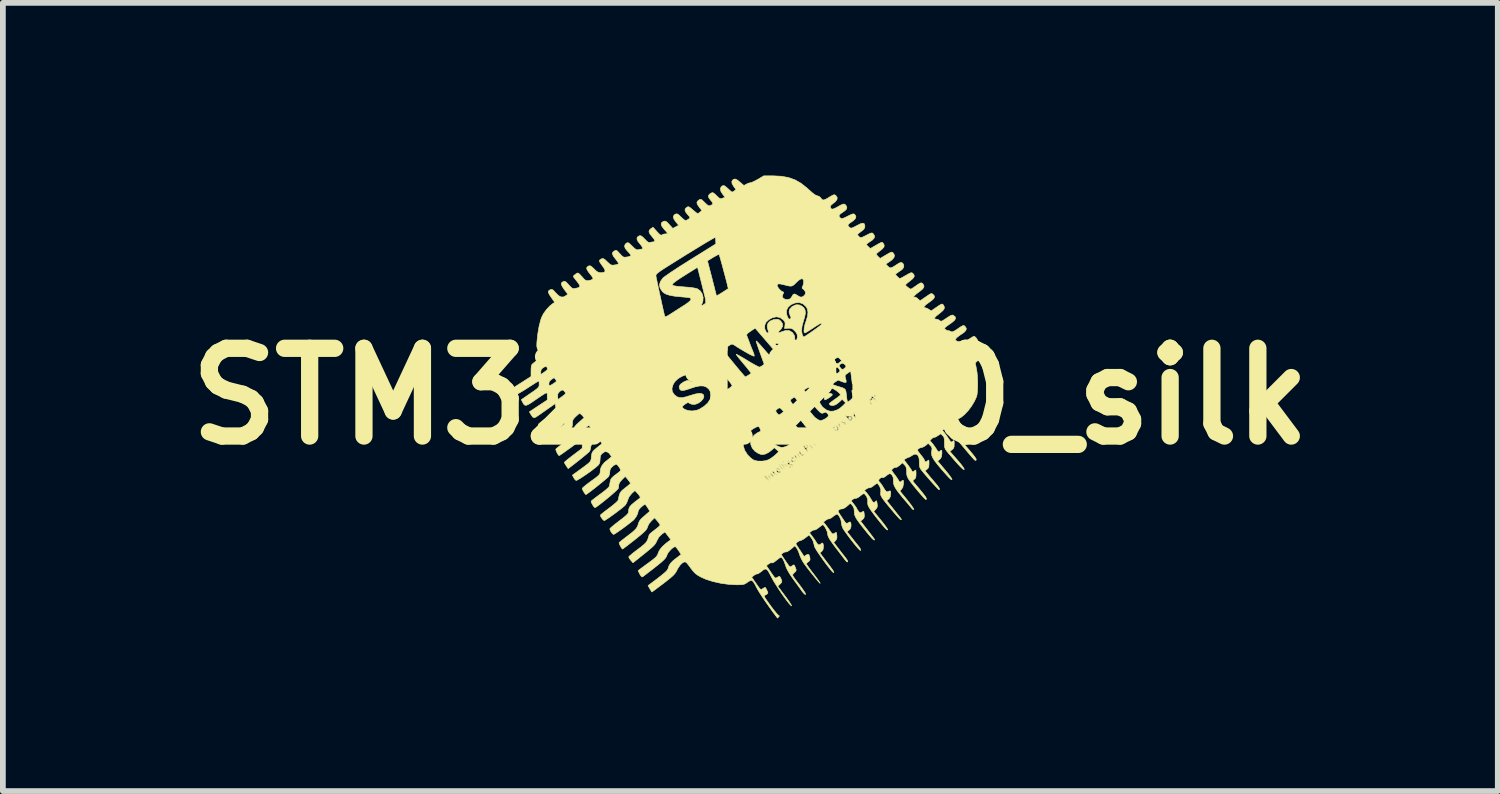
<source format=kicad_pcb>
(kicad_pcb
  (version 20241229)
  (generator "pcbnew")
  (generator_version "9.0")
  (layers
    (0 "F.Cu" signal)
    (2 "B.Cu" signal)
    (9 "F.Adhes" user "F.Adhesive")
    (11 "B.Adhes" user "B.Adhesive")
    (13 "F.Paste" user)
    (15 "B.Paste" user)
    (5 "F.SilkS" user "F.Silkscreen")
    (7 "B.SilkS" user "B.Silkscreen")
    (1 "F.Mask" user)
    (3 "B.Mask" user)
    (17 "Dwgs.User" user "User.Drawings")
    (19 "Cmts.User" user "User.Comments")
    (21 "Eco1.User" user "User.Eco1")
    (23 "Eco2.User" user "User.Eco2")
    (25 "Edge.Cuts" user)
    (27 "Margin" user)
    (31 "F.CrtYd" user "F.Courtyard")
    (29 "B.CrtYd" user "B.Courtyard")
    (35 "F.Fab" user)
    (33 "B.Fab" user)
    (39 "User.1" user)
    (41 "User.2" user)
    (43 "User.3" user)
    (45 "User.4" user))
  (footprint "STM32_1200_silk"
    (layer "F.Cu")
    (at 9.986 3.836)
    (property "Reference" "STM32_1200_silk" (at 0 0 0) (layer "F.SilkS") (effects (font (size 1.524 1.524) (thickness 0.3))))
    (attr through_hole)
    (fp_poly (pts (xy 1.921 0.207) (xy 1.928 0.225) (xy 1.921 0.231) (xy 1.902 0.23) (xy 1.898 0.225) (xy 1.894 0.205) (xy 1.908 0.2) (xy 1.921 0.207)) (stroke (width 0.01) (type solid)) (fill yes) (layer "F.SilkS"))
    (fp_poly (pts (xy 1.753 0.369) (xy 1.757 0.38) (xy 1.747 0.401) (xy 1.727 0.406) (xy 1.717 0.4) (xy 1.707 0.378) (xy 1.715 0.359) (xy 1.732 0.355) (xy 1.753 0.369)) (stroke (width 0.01) (type solid)) (fill yes) (layer "F.SilkS"))
    (fp_poly (pts (xy 2.001 0.12) (xy 2.004 0.126) (xy 1.994 0.145) (xy 1.976 0.149) (xy 1.97 0.145) (xy 1.962 0.125) (xy 1.977 0.113) (xy 1.983 0.113) (xy 2.001 0.12)) (stroke (width 0.01) (type solid)) (fill yes) (layer "F.SilkS"))
    (fp_poly (pts (xy 1.397 -0.05) (xy 1.421 -0.038) (xy 1.425 -0.027) (xy 1.415 -0.013) (xy 1.389 0.009) (xy 1.355 0.032) (xy 1.322 0.051) (xy 1.299 0.061) (xy 1.293 0.061) (xy 1.285 0.037) (xy 1.286 0.002) (xy 1.295 -0.03) (xy 1.301 -0.04) (xy 1.327 -0.052) (xy 1.363 -0.056) (xy 1.397 -0.05)) (stroke (width 0.01) (type solid)) (fill yes) (layer "F.SilkS"))
    (fp_poly (pts (xy 0.576 0.566) (xy 0.618 0.598) (xy 0.652 0.645) (xy 0.659 0.66) (xy 0.671 0.695) (xy 0.669 0.72) (xy 0.657 0.742) (xy 0.624 0.77) (xy 0.58 0.775) (xy 0.532 0.757) (xy 0.515 0.746) (xy 0.482 0.71) (xy 0.457 0.668) (xy 0.456 0.667) (xy 0.444 0.631) (xy 0.446 0.607) (xy 0.458 0.584) (xy 0.49 0.557) (xy 0.531 0.552) (xy 0.576 0.566)) (stroke (width 0.01) (type solid)) (fill yes) (layer "F.SilkS"))
    (fp_poly (pts (xy 0.395 -3.831) (xy 0.539 -3.824) (xy 0.665 -3.801) (xy 0.777 -3.761) (xy 0.882 -3.701) (xy 0.985 -3.619) (xy 1.011 -3.595) (xy 1.074 -3.539) (xy 1.121 -3.503) (xy 1.154 -3.487) (xy 1.163 -3.485) (xy 1.2 -3.472) (xy 1.227 -3.444) (xy 1.244 -3.422) (xy 1.261 -3.412) (xy 1.283 -3.414) (xy 1.317 -3.428) (xy 1.367 -3.457) (xy 1.382 -3.467) (xy 1.425 -3.491) (xy 1.451 -3.502) (xy 1.468 -3.501) (xy 1.484 -3.49) (xy 1.485 -3.49) (xy 1.509 -3.455) (xy 1.505 -3.418) (xy 1.473 -3.379) (xy 1.446 -3.358) (xy 1.403 -3.322) (xy 1.387 -3.292) (xy 1.398 -3.267) (xy 1.411 -3.256) (xy 1.432 -3.253) (xy 1.466 -3.265) (xy 1.517 -3.292) (xy 1.52 -3.294) (xy 1.573 -3.324) (xy 1.609 -3.339) (xy 1.632 -3.341) (xy 1.65 -3.331) (xy 1.66 -3.32) (xy 1.677 -3.286) (xy 1.672 -3.255) (xy 1.642 -3.224) (xy 1.609 -3.201) (xy 1.564 -3.17) (xy 1.543 -3.145) (xy 1.543 -3.124) (xy 1.563 -3.1) (xy 1.578 -3.09) (xy 1.594 -3.088) (xy 1.62 -3.096) (xy 1.661 -3.115) (xy 1.689 -3.129) (xy 1.741 -3.155) (xy 1.775 -3.168) (xy 1.796 -3.17) (xy 1.811 -3.163) (xy 1.812 -3.162) (xy 1.834 -3.13) (xy 1.829 -3.095) (xy 1.796 -3.057) (xy 1.764 -3.034) (xy 1.721 -3.005) (xy 1.7 -2.984) (xy 1.697 -2.967) (xy 1.711 -2.948) (xy 1.716 -2.943) (xy 1.733 -2.928) (xy 1.752 -2.923) (xy 1.777 -2.929) (xy 1.815 -2.948) (xy 1.859 -2.971) (xy 1.916 -3) (xy 1.955 -3.009) (xy 1.979 -2.999) (xy 1.989 -2.969) (xy 1.99 -2.95) (xy 1.983 -2.921) (xy 1.96 -2.892) (xy 1.926 -2.866) (xy 1.891 -2.839) (xy 1.868 -2.818) (xy 1.863 -2.809) (xy 1.872 -2.793) (xy 1.89 -2.773) (xy 1.906 -2.762) (xy 1.921 -2.758) (xy 1.944 -2.764) (xy 1.981 -2.781) (xy 2.016 -2.799) (xy 2.065 -2.824) (xy 2.096 -2.837) (xy 2.115 -2.839) (xy 2.128 -2.832) (xy 2.136 -2.824) (xy 2.158 -2.788) (xy 2.154 -2.754) (xy 2.124 -2.719) (xy 2.088 -2.694) (xy 2.051 -2.669) (xy 2.025 -2.649) (xy 2.018 -2.64) (xy 2.027 -2.624) (xy 2.05 -2.6) (xy 2.051 -2.599) (xy 2.084 -2.568) (xy 2.187 -2.627) (xy 2.237 -2.656) (xy 2.269 -2.672) (xy 2.288 -2.676) (xy 2.3 -2.671) (xy 2.309 -2.66) (xy 2.326 -2.627) (xy 2.322 -2.596) (xy 2.295 -2.563) (xy 2.258 -2.533) (xy 2.221 -2.504) (xy 2.195 -2.481) (xy 2.187 -2.471) (xy 2.197 -2.455) (xy 2.219 -2.43) (xy 2.221 -2.428) (xy 2.255 -2.396) (xy 2.356 -2.456) (xy 2.406 -2.485) (xy 2.437 -2.501) (xy 2.457 -2.506) (xy 2.471 -2.501) (xy 2.484 -2.489) (xy 2.504 -2.453) (xy 2.497 -2.414) (xy 2.461 -2.372) (xy 2.425 -2.345) (xy 2.354 -2.298) (xy 2.386 -2.264) (xy 2.412 -2.24) (xy 2.436 -2.232) (xy 2.465 -2.24) (xy 2.507 -2.265) (xy 2.528 -2.279) (xy 2.576 -2.31) (xy 2.608 -2.325) (xy 2.63 -2.325) (xy 2.649 -2.312) (xy 2.65 -2.311) (xy 2.667 -2.277) (xy 2.662 -2.238) (xy 2.637 -2.204) (xy 2.628 -2.198) (xy 2.587 -2.17) (xy 2.554 -2.146) (xy 2.519 -2.119) (xy 2.553 -2.082) (xy 2.579 -2.058) (xy 2.596 -2.046) (xy 2.597 -2.046) (xy 2.613 -2.053) (xy 2.647 -2.07) (xy 2.692 -2.096) (xy 2.703 -2.102) (xy 2.752 -2.13) (xy 2.783 -2.145) (xy 2.803 -2.148) (xy 2.817 -2.142) (xy 2.825 -2.135) (xy 2.846 -2.107) (xy 2.846 -2.078) (xy 2.821 -2.044) (xy 2.773 -2.004) (xy 2.734 -1.974) (xy 2.706 -1.949) (xy 2.695 -1.936) (xy 2.695 -1.935) (xy 2.705 -1.921) (xy 2.73 -1.899) (xy 2.758 -1.878) (xy 2.782 -1.864) (xy 2.787 -1.863) (xy 2.802 -1.87) (xy 2.834 -1.89) (xy 2.874 -1.918) (xy 2.875 -1.919) (xy 2.923 -1.952) (xy 2.954 -1.969) (xy 2.975 -1.972) (xy 2.99 -1.963) (xy 3 -1.951) (xy 3.016 -1.922) (xy 3.014 -1.895) (xy 2.993 -1.865) (xy 2.949 -1.828) (xy 2.928 -1.813) (xy 2.882 -1.778) (xy 2.851 -1.749) (xy 2.835 -1.73) (xy 2.838 -1.722) (xy 2.854 -1.726) (xy 2.875 -1.721) (xy 2.904 -1.702) (xy 2.91 -1.696) (xy 2.949 -1.66) (xy 3.048 -1.728) (xy 3.096 -1.761) (xy 3.127 -1.78) (xy 3.147 -1.786) (xy 3.161 -1.782) (xy 3.175 -1.771) (xy 3.196 -1.746) (xy 3.199 -1.721) (xy 3.182 -1.694) (xy 3.143 -1.66) (xy 3.104 -1.632) (xy 3.05 -1.592) (xy 3.021 -1.563) (xy 3.017 -1.545) (xy 3.039 -1.538) (xy 3.043 -1.538) (xy 3.069 -1.53) (xy 3.102 -1.512) (xy 3.103 -1.511) (xy 3.141 -1.484) (xy 3.237 -1.55) (xy 3.284 -1.582) (xy 3.314 -1.599) (xy 3.332 -1.604) (xy 3.344 -1.599) (xy 3.353 -1.588) (xy 3.37 -1.556) (xy 3.369 -1.525) (xy 3.347 -1.492) (xy 3.303 -1.453) (xy 3.28 -1.435) (xy 3.229 -1.395) (xy 3.203 -1.366) (xy 3.202 -1.348) (xy 3.224 -1.341) (xy 3.235 -1.341) (xy 3.269 -1.331) (xy 3.29 -1.317) (xy 3.304 -1.307) (xy 3.32 -1.306) (xy 3.343 -1.316) (xy 3.379 -1.339) (xy 3.409 -1.359) (xy 3.458 -1.391) (xy 3.49 -1.408) (xy 3.511 -1.413) (xy 3.528 -1.408) (xy 3.529 -1.407) (xy 3.56 -1.381) (xy 3.566 -1.353) (xy 3.547 -1.321) (xy 3.503 -1.283) (xy 3.489 -1.273) (xy 3.435 -1.235) (xy 3.4 -1.21) (xy 3.382 -1.193) (xy 3.376 -1.182) (xy 3.38 -1.172) (xy 3.386 -1.165) (xy 3.414 -1.146) (xy 3.431 -1.143) (xy 3.465 -1.136) (xy 3.484 -1.126) (xy 3.501 -1.12) (xy 3.522 -1.124) (xy 3.553 -1.14) (xy 3.599 -1.17) (xy 3.607 -1.176) (xy 3.654 -1.208) (xy 3.685 -1.225) (xy 3.704 -1.231) (xy 3.719 -1.226) (xy 3.728 -1.218) (xy 3.752 -1.184) (xy 3.747 -1.149) (xy 3.715 -1.113) (xy 3.694 -1.098) (xy 3.626 -1.052) (xy 3.583 -1.017) (xy 3.563 -0.991) (xy 3.564 -0.974) (xy 3.565 -0.974) (xy 3.591 -0.959) (xy 3.614 -0.952) (xy 3.654 -0.945) (xy 3.676 -0.939) (xy 3.706 -0.942) (xy 3.752 -0.964) (xy 3.789 -0.987) (xy 3.832 -1.015) (xy 3.866 -1.035) (xy 3.883 -1.044) (xy 3.884 -1.044) (xy 3.905 -1.034) (xy 3.928 -1.01) (xy 3.944 -0.982) (xy 3.946 -0.966) (xy 3.931 -0.949) (xy 3.9 -0.921) (xy 3.857 -0.887) (xy 3.838 -0.873) (xy 3.791 -0.838) (xy 3.763 -0.815) (xy 3.752 -0.799) (xy 3.753 -0.786) (xy 3.762 -0.774) (xy 3.795 -0.754) (xy 3.823 -0.748) (xy 3.857 -0.743) (xy 3.876 -0.733) (xy 3.893 -0.732) (xy 3.927 -0.748) (xy 3.976 -0.783) (xy 4.018 -0.813) (xy 4.053 -0.836) (xy 4.073 -0.846) (xy 4.074 -0.847) (xy 4.097 -0.835) (xy 4.119 -0.81) (xy 4.131 -0.782) (xy 4.13 -0.771) (xy 4.116 -0.753) (xy 4.084 -0.725) (xy 4.041 -0.689) (xy 4.015 -0.67) (xy 3.969 -0.634) (xy 3.933 -0.604) (xy 3.912 -0.585) (xy 3.909 -0.58) (xy 3.912 -0.563) (xy 3.919 -0.526) (xy 3.929 -0.477) (xy 3.93 -0.473) (xy 3.94 -0.407) (xy 3.946 -0.328) (xy 3.95 -0.243) (xy 3.949 -0.159) (xy 3.945 -0.083) (xy 3.938 -0.024) (xy 3.931 0.004) (xy 3.894 0.086) (xy 3.844 0.169) (xy 3.786 0.247) (xy 3.724 0.313) (xy 3.664 0.363) (xy 3.635 0.379) (xy 3.597 0.399) (xy 3.571 0.415) (xy 3.565 0.421) (xy 3.569 0.438) (xy 3.587 0.467) (xy 3.604 0.488) (xy 3.637 0.531) (xy 3.666 0.574) (xy 3.674 0.589) (xy 3.695 0.623) (xy 3.713 0.633) (xy 3.733 0.622) (xy 3.737 0.618) (xy 3.747 0.613) (xy 3.752 0.628) (xy 3.751 0.668) (xy 3.751 0.668) (xy 3.746 0.716) (xy 3.731 0.747) (xy 3.714 0.762) (xy 3.68 0.79) (xy 3.809 0.94) (xy 3.865 1.007) (xy 3.902 1.055) (xy 3.922 1.087) (xy 3.925 1.104) (xy 3.924 1.106) (xy 3.917 1.111) (xy 3.911 1.114) (xy 3.902 1.109) (xy 3.887 1.096) (xy 3.864 1.072) (xy 3.831 1.034) (xy 3.784 0.979) (xy 3.726 0.91) (xy 3.584 0.741) (xy 3.586 0.646) (xy 3.586 0.588) (xy 3.58 0.551) (xy 3.566 0.526) (xy 3.563 0.522) (xy 3.533 0.498) (xy 3.505 0.5) (xy 3.478 0.523) (xy 3.451 0.542) (xy 3.428 0.546) (xy 3.401 0.55) (xy 3.371 0.565) (xy 3.337 0.591) (xy 3.37 0.631) (xy 3.396 0.666) (xy 3.429 0.712) (xy 3.446 0.737) (xy 3.471 0.775) (xy 3.488 0.792) (xy 3.501 0.792) (xy 3.516 0.781) (xy 3.531 0.769) (xy 3.539 0.772) (xy 3.542 0.795) (xy 3.542 0.829) (xy 3.54 0.875) (xy 3.53 0.903) (xy 3.509 0.924) (xy 3.504 0.928) (xy 3.466 0.956) (xy 3.598 1.107) (xy 3.653 1.172) (xy 3.691 1.222) (xy 3.713 1.256) (xy 3.716 1.271) (xy 3.705 1.271) (xy 3.686 1.257) (xy 3.655 1.228) (xy 3.612 1.183) (xy 3.555 1.119) (xy 3.483 1.035) (xy 3.446 0.993) (xy 3.41 0.949) (xy 3.388 0.918) (xy 3.377 0.889) (xy 3.373 0.854) (xy 3.373 0.808) (xy 3.371 0.754) (xy 3.366 0.719) (xy 3.354 0.695) (xy 3.34 0.68) (xy 3.308 0.65) (xy 3.255 0.685) (xy 3.221 0.705) (xy 3.197 0.714) (xy 3.191 0.714) (xy 3.174 0.718) (xy 3.15 0.737) (xy 3.149 0.738) (xy 3.119 0.77) (xy 3.153 0.806) (xy 3.18 0.84) (xy 3.212 0.885) (xy 3.228 0.909) (xy 3.252 0.947) (xy 3.268 0.963) (xy 3.281 0.962) (xy 3.292 0.954) (xy 3.313 0.936) (xy 3.325 0.937) (xy 3.328 0.962) (xy 3.328 0.998) (xy 3.322 1.046) (xy 3.305 1.079) (xy 3.29 1.095) (xy 3.254 1.125) (xy 3.383 1.278) (xy 3.429 1.334) (xy 3.466 1.382) (xy 3.492 1.419) (xy 3.504 1.44) (xy 3.504 1.443) (xy 3.498 1.448) (xy 3.487 1.444) (xy 3.469 1.429) (xy 3.441 1.401) (xy 3.402 1.358) (xy 3.348 1.297) (xy 3.307 1.25) (xy 3.244 1.174) (xy 3.198 1.114) (xy 3.168 1.066) (xy 3.152 1.024) (xy 3.147 0.984) (xy 3.152 0.942) (xy 3.154 0.932) (xy 3.156 0.897) (xy 3.14 0.868) (xy 3.126 0.853) (xy 3.09 0.816) (xy 3.047 0.853) (xy 3.011 0.876) (xy 2.979 0.889) (xy 2.974 0.889) (xy 2.94 0.898) (xy 2.92 0.912) (xy 2.908 0.925) (xy 2.906 0.939) (xy 2.918 0.961) (xy 2.945 0.995) (xy 2.957 1.011) (xy 2.988 1.05) (xy 3.011 1.081) (xy 3.02 1.097) (xy 3.02 1.098) (xy 3.027 1.117) (xy 3.033 1.128) (xy 3.046 1.14) (xy 3.063 1.133) (xy 3.075 1.123) (xy 3.092 1.108) (xy 3.101 1.109) (xy 3.104 1.129) (xy 3.104 1.168) (xy 3.102 1.215) (xy 3.092 1.244) (xy 3.07 1.267) (xy 3.036 1.294) (xy 3.095 1.365) (xy 3.137 1.416) (xy 3.186 1.473) (xy 3.221 1.514) (xy 3.258 1.56) (xy 3.282 1.595) (xy 3.289 1.617) (xy 3.279 1.622) (xy 3.275 1.62) (xy 3.262 1.609) (xy 3.234 1.58) (xy 3.195 1.538) (xy 3.15 1.488) (xy 3.102 1.434) (xy 3.056 1.381) (xy 3.014 1.332) (xy 2.982 1.293) (xy 2.97 1.278) (xy 2.949 1.246) (xy 2.939 1.212) (xy 2.936 1.166) (xy 2.937 1.144) (xy 2.932 1.076) (xy 2.914 1.029) (xy 2.885 1.005) (xy 2.847 1.006) (xy 2.804 1.03) (xy 2.775 1.05) (xy 2.753 1.058) (xy 2.752 1.058) (xy 2.73 1.066) (xy 2.703 1.08) (xy 2.669 1.102) (xy 2.739 1.194) (xy 2.771 1.238) (xy 2.795 1.274) (xy 2.807 1.296) (xy 2.808 1.299) (xy 2.817 1.312) (xy 2.838 1.305) (xy 2.856 1.29) (xy 2.869 1.28) (xy 2.876 1.286) (xy 2.878 1.311) (xy 2.879 1.345) (xy 2.877 1.393) (xy 2.869 1.421) (xy 2.851 1.44) (xy 2.847 1.443) (xy 2.826 1.46) (xy 2.826 1.476) (xy 2.837 1.491) (xy 2.855 1.512) (xy 2.886 1.549) (xy 2.926 1.597) (xy 2.961 1.639) (xy 3.011 1.701) (xy 3.044 1.745) (xy 3.059 1.774) (xy 3.059 1.789) (xy 3.048 1.792) (xy 3.034 1.782) (xy 3.007 1.753) (xy 2.969 1.711) (xy 2.924 1.659) (xy 2.911 1.643) (xy 2.847 1.566) (xy 2.799 1.506) (xy 2.764 1.46) (xy 2.741 1.424) (xy 2.727 1.395) (xy 2.719 1.368) (xy 2.716 1.34) (xy 2.716 1.31) (xy 2.713 1.259) (xy 2.704 1.225) (xy 2.686 1.198) (xy 2.679 1.191) (xy 2.643 1.155) (xy 2.592 1.199) (xy 2.559 1.224) (xy 2.533 1.235) (xy 2.525 1.234) (xy 2.506 1.236) (xy 2.48 1.252) (xy 2.46 1.272) (xy 2.455 1.285) (xy 2.464 1.301) (xy 2.485 1.331) (xy 2.501 1.352) (xy 2.534 1.395) (xy 2.563 1.439) (xy 2.572 1.454) (xy 2.59 1.483) (xy 2.603 1.49) (xy 2.62 1.479) (xy 2.623 1.476) (xy 2.646 1.458) (xy 2.658 1.459) (xy 2.661 1.482) (xy 2.661 1.517) (xy 2.649 1.58) (xy 2.628 1.612) (xy 2.598 1.644) (xy 2.724 1.798) (xy 2.768 1.854) (xy 2.805 1.904) (xy 2.83 1.941) (xy 2.841 1.963) (xy 2.84 1.966) (xy 2.827 1.966) (xy 2.806 1.948) (xy 2.805 1.946) (xy 2.782 1.918) (xy 2.748 1.877) (xy 2.712 1.835) (xy 2.639 1.749) (xy 2.584 1.681) (xy 2.543 1.627) (xy 2.515 1.583) (xy 2.497 1.546) (xy 2.488 1.512) (xy 2.485 1.479) (xy 2.486 1.461) (xy 2.481 1.406) (xy 2.462 1.369) (xy 2.439 1.348) (xy 2.416 1.344) (xy 2.387 1.36) (xy 2.357 1.383) (xy 2.327 1.405) (xy 2.305 1.413) (xy 2.3 1.411) (xy 2.285 1.408) (xy 2.261 1.419) (xy 2.239 1.438) (xy 2.23 1.459) (xy 2.23 1.46) (xy 2.239 1.484) (xy 2.251 1.496) (xy 2.269 1.517) (xy 2.294 1.554) (xy 2.316 1.59) (xy 2.341 1.629) (xy 2.363 1.654) (xy 2.376 1.66) (xy 2.414 1.645) (xy 2.433 1.644) (xy 2.439 1.66) (xy 2.438 1.696) (xy 2.431 1.745) (xy 2.411 1.778) (xy 2.403 1.785) (xy 2.37 1.813) (xy 2.497 1.972) (xy 2.542 2.029) (xy 2.581 2.078) (xy 2.609 2.114) (xy 2.623 2.135) (xy 2.625 2.138) (xy 2.62 2.145) (xy 2.606 2.138) (xy 2.58 2.114) (xy 2.541 2.071) (xy 2.487 2.009) (xy 2.447 1.96) (xy 2.383 1.884) (xy 2.336 1.825) (xy 2.302 1.781) (xy 2.281 1.748) (xy 2.268 1.723) (xy 2.263 1.701) (xy 2.264 1.68) (xy 2.266 1.662) (xy 2.266 1.612) (xy 2.247 1.565) (xy 2.244 1.559) (xy 2.223 1.529) (xy 2.206 1.511) (xy 2.203 1.51) (xy 2.188 1.518) (xy 2.159 1.539) (xy 2.142 1.552) (xy 2.108 1.576) (xy 2.08 1.588) (xy 2.072 1.588) (xy 2.049 1.591) (xy 2.018 1.608) (xy 2.018 1.608) (xy 1.983 1.635) (xy 2.019 1.675) (xy 2.048 1.711) (xy 2.08 1.758) (xy 2.094 1.782) (xy 2.12 1.824) (xy 2.139 1.844) (xy 2.156 1.843) (xy 2.175 1.825) (xy 2.187 1.814) (xy 2.195 1.821) (xy 2.201 1.85) (xy 2.203 1.864) (xy 2.207 1.907) (xy 2.199 1.936) (xy 2.178 1.963) (xy 2.144 1.999) (xy 2.272 2.156) (xy 2.316 2.212) (xy 2.352 2.26) (xy 2.377 2.297) (xy 2.387 2.317) (xy 2.387 2.32) (xy 2.377 2.32) (xy 2.361 2.309) (xy 2.336 2.284) (xy 2.301 2.243) (xy 2.253 2.184) (xy 2.199 2.117) (xy 2.139 2.039) (xy 2.095 1.979) (xy 2.065 1.933) (xy 2.047 1.898) (xy 2.039 1.87) (xy 2.039 1.845) (xy 2.04 1.838) (xy 2.038 1.789) (xy 2.019 1.737) (xy 1.987 1.697) (xy 1.986 1.696) (xy 1.969 1.691) (xy 1.946 1.701) (xy 1.911 1.729) (xy 1.876 1.755) (xy 1.846 1.77) (xy 1.834 1.771) (xy 1.808 1.774) (xy 1.782 1.789) (xy 1.75 1.813) (xy 1.799 1.875) (xy 1.826 1.911) (xy 1.844 1.938) (xy 1.849 1.947) (xy 1.856 1.965) (xy 1.876 1.992) (xy 1.878 1.995) (xy 1.899 2.019) (xy 1.916 2.023) (xy 1.94 2.01) (xy 1.96 1.998) (xy 1.971 2.001) (xy 1.976 2.025) (xy 1.979 2.049) (xy 1.98 2.091) (xy 1.971 2.118) (xy 1.95 2.139) (xy 1.915 2.168) (xy 2.037 2.324) (xy 2.081 2.381) (xy 2.118 2.43) (xy 2.145 2.467) (xy 2.158 2.487) (xy 2.159 2.489) (xy 2.154 2.498) (xy 2.138 2.49) (xy 2.111 2.464) (xy 2.07 2.417) (xy 2.014 2.35) (xy 2 2.332) (xy 1.935 2.251) (xy 1.887 2.188) (xy 1.852 2.139) (xy 1.829 2.1) (xy 1.815 2.068) (xy 1.808 2.038) (xy 1.806 2.006) (xy 1.806 2.001) (xy 1.801 1.947) (xy 1.781 1.906) (xy 1.773 1.896) (xy 1.739 1.857) (xy 1.678 1.909) (xy 1.641 1.937) (xy 1.61 1.953) (xy 1.595 1.955) (xy 1.568 1.958) (xy 1.545 1.97) (xy 1.533 1.979) (xy 1.526 1.987) (xy 1.527 1.999) (xy 1.536 2.02) (xy 1.557 2.053) (xy 1.59 2.102) (xy 1.613 2.137) (xy 1.642 2.179) (xy 1.661 2.201) (xy 1.676 2.207) (xy 1.692 2.201) (xy 1.7 2.196) (xy 1.727 2.182) (xy 1.743 2.189) (xy 1.749 2.219) (xy 1.75 2.245) (xy 1.744 2.288) (xy 1.722 2.318) (xy 1.714 2.324) (xy 1.679 2.35) (xy 1.756 2.448) (xy 1.798 2.501) (xy 1.838 2.552) (xy 1.871 2.592) (xy 1.877 2.599) (xy 1.903 2.634) (xy 1.917 2.662) (xy 1.919 2.676) (xy 1.907 2.674) (xy 1.898 2.667) (xy 1.874 2.643) (xy 1.838 2.601) (xy 1.795 2.548) (xy 1.748 2.488) (xy 1.702 2.427) (xy 1.66 2.37) (xy 1.626 2.322) (xy 1.605 2.288) (xy 1.602 2.281) (xy 1.587 2.234) (xy 1.58 2.189) (xy 1.58 2.186) (xy 1.574 2.148) (xy 1.557 2.107) (xy 1.536 2.07) (xy 1.514 2.049) (xy 1.505 2.046) (xy 1.485 2.055) (xy 1.453 2.076) (xy 1.436 2.089) (xy 1.402 2.114) (xy 1.374 2.127) (xy 1.365 2.128) (xy 1.343 2.133) (xy 1.312 2.152) (xy 1.308 2.154) (xy 1.27 2.185) (xy 1.303 2.225) (xy 1.33 2.26) (xy 1.363 2.306) (xy 1.382 2.333) (xy 1.408 2.37) (xy 1.425 2.388) (xy 1.44 2.39) (xy 1.46 2.38) (xy 1.462 2.378) (xy 1.486 2.366) (xy 1.497 2.367) (xy 1.504 2.423) (xy 1.504 2.46) (xy 1.496 2.486) (xy 1.48 2.507) (xy 1.449 2.539) (xy 1.539 2.656) (xy 1.58 2.71) (xy 1.619 2.759) (xy 1.649 2.798) (xy 1.661 2.813) (xy 1.686 2.849) (xy 1.693 2.872) (xy 1.683 2.878) (xy 1.669 2.867) (xy 1.645 2.84) (xy 1.628 2.818) (xy 1.601 2.782) (xy 1.562 2.731) (xy 1.518 2.673) (xy 1.484 2.63) (xy 1.428 2.555) (xy 1.388 2.497) (xy 1.361 2.452) (xy 1.347 2.416) (xy 1.341 2.384) (xy 1.341 2.376) (xy 1.334 2.348) (xy 1.318 2.31) (xy 1.297 2.272) (xy 1.276 2.242) (xy 1.26 2.23) (xy 1.259 2.23) (xy 1.245 2.238) (xy 1.216 2.259) (xy 1.191 2.279) (xy 1.155 2.305) (xy 1.125 2.32) (xy 1.112 2.322) (xy 1.089 2.325) (xy 1.061 2.342) (xy 1.028 2.37) (xy 1.084 2.444) (xy 1.116 2.488) (xy 1.142 2.528) (xy 1.156 2.551) (xy 1.18 2.578) (xy 1.208 2.578) (xy 1.228 2.561) (xy 1.248 2.546) (xy 1.263 2.558) (xy 1.27 2.595) (xy 1.27 2.613) (xy 1.264 2.66) (xy 1.243 2.691) (xy 1.239 2.695) (xy 1.208 2.72) (xy 1.33 2.881) (xy 1.384 2.952) (xy 1.421 3.003) (xy 1.443 3.036) (xy 1.452 3.055) (xy 1.449 3.061) (xy 1.44 3.06) (xy 1.424 3.045) (xy 1.395 3.012) (xy 1.357 2.964) (xy 1.313 2.907) (xy 1.267 2.844) (xy 1.222 2.78) (xy 1.181 2.721) (xy 1.147 2.669) (xy 1.125 2.631) (xy 1.116 2.613) (xy 1.105 2.568) (xy 1.095 2.528) (xy 1.095 2.526) (xy 1.08 2.491) (xy 1.055 2.453) (xy 1.052 2.45) (xy 1.019 2.409) (xy 0.96 2.455) (xy 0.922 2.482) (xy 0.89 2.499) (xy 0.877 2.503) (xy 0.85 2.512) (xy 0.82 2.529) (xy 0.798 2.549) (xy 0.792 2.564) (xy 0.802 2.58) (xy 0.823 2.614) (xy 0.853 2.659) (xy 0.866 2.678) (xy 0.934 2.782) (xy 0.969 2.758) (xy 0.999 2.744) (xy 1.018 2.752) (xy 1.03 2.783) (xy 1.035 2.804) (xy 1.037 2.84) (xy 1.023 2.862) (xy 1.009 2.873) (xy 0.984 2.894) (xy 0.974 2.909) (xy 0.982 2.925) (xy 1.004 2.958) (xy 1.038 3.005) (xy 1.079 3.06) (xy 1.094 3.079) (xy 1.137 3.136) (xy 1.174 3.186) (xy 1.2 3.224) (xy 1.213 3.246) (xy 1.214 3.249) (xy 1.206 3.244) (xy 1.184 3.22) (xy 1.151 3.182) (xy 1.112 3.134) (xy 1.068 3.079) (xy 1.023 3.023) (xy 0.981 2.968) (xy 0.944 2.919) (xy 0.918 2.881) (xy 0.888 2.828) (xy 0.862 2.768) (xy 0.855 2.745) (xy 0.836 2.695) (xy 0.815 2.651) (xy 0.804 2.634) (xy 0.774 2.596) (xy 0.707 2.653) (xy 0.668 2.682) (xy 0.636 2.7) (xy 0.62 2.703) (xy 0.595 2.706) (xy 0.567 2.721) (xy 0.535 2.746) (xy 0.607 2.854) (xy 0.64 2.902) (xy 0.667 2.939) (xy 0.685 2.96) (xy 0.69 2.963) (xy 0.707 2.956) (xy 0.731 2.941) (xy 0.748 2.93) (xy 0.759 2.929) (xy 0.769 2.941) (xy 0.782 2.972) (xy 0.797 3.016) (xy 0.791 3.036) (xy 0.769 3.06) (xy 0.768 3.06) (xy 0.744 3.084) (xy 0.734 3.104) (xy 0.734 3.104) (xy 0.742 3.123) (xy 0.764 3.157) (xy 0.795 3.199) (xy 0.802 3.208) (xy 0.869 3.295) (xy 0.917 3.362) (xy 0.948 3.408) (xy 0.961 3.435) (xy 0.957 3.443) (xy 0.938 3.432) (xy 0.913 3.404) (xy 0.901 3.39) (xy 0.879 3.358) (xy 0.845 3.311) (xy 0.802 3.252) (xy 0.757 3.19) (xy 0.751 3.182) (xy 0.692 3.098) (xy 0.651 3.029) (xy 0.623 2.972) (xy 0.613 2.942) (xy 0.591 2.878) (xy 0.567 2.829) (xy 0.544 2.8) (xy 0.531 2.794) (xy 0.515 2.803) (xy 0.484 2.824) (xy 0.452 2.85) (xy 0.411 2.881) (xy 0.382 2.894) (xy 0.372 2.893) (xy 0.353 2.891) (xy 0.321 2.91) (xy 0.319 2.911) (xy 0.279 2.943) (xy 0.347 3.042) (xy 0.385 3.097) (xy 0.41 3.132) (xy 0.428 3.151) (xy 0.442 3.157) (xy 0.455 3.152) (xy 0.472 3.142) (xy 0.497 3.128) (xy 0.512 3.131) (xy 0.527 3.157) (xy 0.529 3.16) (xy 0.546 3.2) (xy 0.546 3.227) (xy 0.527 3.252) (xy 0.513 3.265) (xy 0.476 3.297) (xy 0.604 3.469) (xy 0.648 3.528) (xy 0.682 3.578) (xy 0.706 3.616) (xy 0.717 3.637) (xy 0.716 3.64) (xy 0.699 3.628) (xy 0.671 3.596) (xy 0.633 3.548) (xy 0.589 3.488) (xy 0.541 3.421) (xy 0.493 3.349) (xy 0.447 3.277) (xy 0.405 3.21) (xy 0.372 3.15) (xy 0.36 3.127) (xy 0.326 3.062) (xy 0.3 3.021) (xy 0.276 3.001) (xy 0.252 3.001) (xy 0.222 3.018) (xy 0.196 3.039) (xy 0.16 3.066) (xy 0.131 3.083) (xy 0.119 3.085) (xy 0.098 3.089) (xy 0.068 3.107) (xy 0.063 3.11) (xy 0.024 3.142) (xy 0.092 3.24) (xy 0.13 3.295) (xy 0.156 3.33) (xy 0.174 3.349) (xy 0.188 3.354) (xy 0.202 3.35) (xy 0.219 3.338) (xy 0.246 3.323) (xy 0.26 3.318) (xy 0.26 3.319) (xy 0.269 3.333) (xy 0.285 3.363) (xy 0.288 3.37) (xy 0.303 3.402) (xy 0.304 3.42) (xy 0.291 3.434) (xy 0.287 3.437) (xy 0.262 3.452) (xy 0.25 3.457) (xy 0.242 3.461) (xy 0.243 3.476) (xy 0.257 3.503) (xy 0.285 3.545) (xy 0.328 3.605) (xy 0.365 3.656) (xy 0.409 3.714) (xy 0.448 3.762) (xy 0.479 3.796) (xy 0.498 3.813) (xy 0.502 3.813) (xy 0.505 3.814) (xy 0.495 3.828) (xy 0.479 3.847) (xy 0.472 3.852) (xy 0.463 3.841) (xy 0.44 3.811) (xy 0.406 3.765) (xy 0.364 3.707) (xy 0.315 3.639) (xy 0.314 3.637) (xy 0.26 3.561) (xy 0.209 3.485) (xy 0.163 3.415) (xy 0.128 3.356) (xy 0.109 3.322) (xy 0.076 3.259) (xy 0.05 3.219) (xy 0.028 3.2) (xy 0.004 3.199) (xy -0.026 3.214) (xy -0.049 3.229) (xy -0.08 3.251) (xy -0.108 3.264) (xy -0.14 3.271) (xy -0.185 3.273) (xy -0.237 3.274) (xy -0.372 3.267) (xy -0.511 3.248) (xy -0.646 3.218) (xy -0.768 3.18) (xy -0.86 3.139) (xy -0.914 3.108) (xy -0.956 3.077) (xy -0.994 3.037) (xy -1.037 2.982) (xy -1.04 2.977) (xy -1.079 2.925) (xy -1.107 2.892) (xy -1.129 2.877) (xy -1.15 2.878) (xy -1.174 2.89) (xy -1.184 2.897) (xy -1.219 2.931) (xy -1.255 2.983) (xy -1.271 3.013) (xy -1.288 3.045) (xy -1.307 3.074) (xy -1.331 3.102) (xy -1.365 3.134) (xy -1.413 3.174) (xy -1.477 3.225) (xy -1.511 3.251) (xy -1.575 3.299) (xy -1.631 3.341) (xy -1.675 3.374) (xy -1.703 3.394) (xy -1.713 3.399) (xy -1.721 3.384) (xy -1.739 3.355) (xy -1.747 3.341) (xy -1.777 3.288) (xy -1.608 3.161) (xy -1.535 3.103) (xy -1.482 3.059) (xy -1.449 3.026) (xy -1.433 3.001) (xy -1.43 2.995) (xy -1.414 2.945) (xy -1.388 2.902) (xy -1.348 2.86) (xy -1.294 2.817) (xy -1.202 2.747) (xy -1.247 2.679) (xy -1.273 2.642) (xy -1.296 2.617) (xy -1.306 2.611) (xy -1.332 2.621) (xy -1.366 2.647) (xy -1.401 2.683) (xy -1.43 2.719) (xy -1.446 2.751) (xy -1.447 2.753) (xy -1.456 2.78) (xy -1.475 2.81) (xy -1.506 2.844) (xy -1.552 2.886) (xy -1.616 2.938) (xy -1.7 3.004) (xy -1.701 3.005) (xy -1.759 3.049) (xy -1.809 3.088) (xy -1.848 3.117) (xy -1.87 3.134) (xy -1.872 3.136) (xy -1.888 3.135) (xy -1.908 3.11) (xy -1.92 3.089) (xy -1.95 3.029) (xy -1.917 3.003) (xy -1.892 2.984) (xy -1.85 2.953) (xy -1.799 2.915) (xy -1.764 2.89) (xy -1.703 2.845) (xy -1.661 2.811) (xy -1.633 2.784) (xy -1.616 2.759) (xy -1.603 2.731) (xy -1.596 2.708) (xy -1.571 2.662) (xy -1.526 2.608) (xy -1.462 2.551) (xy -1.42 2.519) (xy -1.38 2.491) (xy -1.483 2.356) (xy -1.538 2.395) (xy -1.589 2.445) (xy -1.624 2.509) (xy -1.638 2.539) (xy -1.654 2.565) (xy -1.677 2.593) (xy -1.711 2.625) (xy -1.759 2.666) (xy -1.824 2.72) (xy -1.847 2.738) (xy -2.039 2.892) (xy -2.078 2.847) (xy -2.101 2.816) (xy -2.112 2.792) (xy -2.112 2.788) (xy -2.1 2.774) (xy -2.069 2.748) (xy -2.024 2.711) (xy -1.969 2.669) (xy -1.953 2.657) (xy -1.891 2.61) (xy -1.848 2.574) (xy -1.818 2.545) (xy -1.797 2.516) (xy -1.781 2.482) (xy -1.767 2.437) (xy -1.757 2.404) (xy -1.744 2.389) (xy -1.714 2.362) (xy -1.672 2.329) (xy -1.659 2.319) (xy -1.616 2.286) (xy -1.584 2.258) (xy -1.568 2.239) (xy -1.567 2.237) (xy -1.575 2.219) (xy -1.597 2.188) (xy -1.615 2.166) (xy -1.663 2.11) (xy -1.719 2.164) (xy -1.759 2.211) (xy -1.782 2.256) (xy -1.784 2.265) (xy -1.798 2.301) (xy -1.83 2.34) (xy -1.874 2.381) (xy -1.916 2.417) (xy -1.968 2.459) (xy -2.024 2.504) (xy -2.081 2.548) (xy -2.133 2.589) (xy -2.177 2.622) (xy -2.208 2.645) (xy -2.221 2.653) (xy -2.233 2.642) (xy -2.25 2.614) (xy -2.267 2.582) (xy -2.278 2.554) (xy -2.28 2.542) (xy -2.267 2.53) (xy -2.236 2.504) (xy -2.19 2.469) (xy -2.136 2.427) (xy -2.125 2.419) (xy -2.059 2.368) (xy -2.012 2.327) (xy -1.98 2.292) (xy -1.96 2.258) (xy -1.947 2.221) (xy -1.941 2.198) (xy -1.925 2.164) (xy -1.896 2.127) (xy -1.887 2.119) (xy -1.845 2.082) (xy -1.801 2.043) (xy -1.794 2.037) (xy -1.746 1.995) (xy -1.783 1.936) (xy -1.806 1.902) (xy -1.824 1.88) (xy -1.829 1.877) (xy -1.85 1.886) (xy -1.881 1.91) (xy -1.913 1.94) (xy -1.937 1.969) (xy -1.947 1.989) (xy -1.957 2.036) (xy -1.983 2.089) (xy -2.018 2.137) (xy -2.027 2.147) (xy -2.06 2.174) (xy -2.105 2.21) (xy -2.159 2.251) (xy -2.215 2.293) (xy -2.27 2.332) (xy -2.318 2.365) (xy -2.355 2.389) (xy -2.375 2.399) (xy -2.376 2.399) (xy -2.393 2.388) (xy -2.415 2.361) (xy -2.433 2.329) (xy -2.441 2.303) (xy -2.441 2.302) (xy -2.431 2.289) (xy -2.401 2.262) (xy -2.357 2.226) (xy -2.302 2.183) (xy -2.279 2.165) (xy -2.213 2.115) (xy -2.167 2.077) (xy -2.138 2.049) (xy -2.122 2.028) (xy -2.117 2.01) (xy -2.116 2.006) (xy -2.112 1.96) (xy -2.098 1.922) (xy -2.068 1.887) (xy -2.019 1.845) (xy -2.013 1.84) (xy -1.97 1.807) (xy -1.935 1.78) (xy -1.915 1.763) (xy -1.913 1.762) (xy -1.915 1.746) (xy -1.933 1.718) (xy -1.952 1.694) (xy -2.004 1.637) (xy -2.059 1.686) (xy -2.107 1.745) (xy -2.129 1.799) (xy -2.146 1.845) (xy -2.169 1.885) (xy -2.177 1.894) (xy -2.201 1.916) (xy -2.241 1.949) (xy -2.292 1.988) (xy -2.347 2.03) (xy -2.404 2.071) (xy -2.456 2.108) (xy -2.499 2.137) (xy -2.528 2.155) (xy -2.537 2.159) (xy -2.555 2.148) (xy -2.577 2.123) (xy -2.596 2.093) (xy -2.605 2.068) (xy -2.604 2.062) (xy -2.591 2.049) (xy -2.559 2.023) (xy -2.513 1.987) (xy -2.458 1.946) (xy -2.448 1.938) (xy -2.388 1.892) (xy -2.34 1.851) (xy -2.307 1.819) (xy -2.294 1.799) (xy -2.282 1.736) (xy -2.269 1.692) (xy -2.251 1.66) (xy -2.224 1.631) (xy -2.182 1.597) (xy -2.173 1.59) (xy -2.131 1.557) (xy -2.099 1.529) (xy -2.082 1.513) (xy -2.081 1.511) (xy -2.09 1.496) (xy -2.111 1.467) (xy -2.127 1.446) (xy -2.173 1.391) (xy -2.229 1.446) (xy -2.27 1.494) (xy -2.286 1.534) (xy -2.286 1.54) (xy -2.289 1.578) (xy -2.295 1.601) (xy -2.309 1.618) (xy -2.34 1.648) (xy -2.385 1.688) (xy -2.438 1.734) (xy -2.496 1.782) (xy -2.554 1.829) (xy -2.608 1.871) (xy -2.653 1.905) (xy -2.685 1.927) (xy -2.699 1.933) (xy -2.715 1.922) (xy -2.735 1.894) (xy -2.754 1.86) (xy -2.765 1.83) (xy -2.766 1.823) (xy -2.755 1.811) (xy -2.725 1.787) (xy -2.681 1.753) (xy -2.626 1.712) (xy -2.61 1.701) (xy -2.545 1.652) (xy -2.495 1.611) (xy -2.461 1.579) (xy -2.449 1.56) (xy -2.443 1.527) (xy -2.435 1.483) (xy -2.434 1.478) (xy -2.426 1.447) (xy -2.409 1.42) (xy -2.379 1.391) (xy -2.351 1.369) (xy 0.243 1.369) (xy 0.243 1.378) (xy 0.247 1.384) (xy 0.263 1.408) (xy 0.287 1.435) (xy 0.308 1.458) (xy 0.321 1.468) (xy 0.317 1.458) (xy 0.302 1.433) (xy 0.297 1.426) (xy 0.274 1.397) (xy 0.255 1.377) (xy 0.253 1.376) (xy 0.312 1.376) (xy 0.315 1.389) (xy 0.329 1.41) (xy 0.344 1.424) (xy 0.348 1.425) (xy 0.346 1.415) (xy 0.336 1.398) (xy 0.32 1.379) (xy 0.312 1.376) (xy 0.253 1.376) (xy 0.243 1.369) (xy -2.351 1.369) (xy -2.338 1.36) (xy -2.323 1.348) (xy 0.349 1.348) (xy 0.362 1.365) (xy 0.381 1.384) (xy 0.398 1.395) (xy 0.401 1.396) (xy 0.402 1.388) (xy 0.388 1.369) (xy 0.365 1.348) (xy 0.351 1.341) (xy 0.349 1.348) (xy -2.323 1.348) (xy -2.297 1.328) (xy -2.269 1.305) (xy 0.381 1.305) (xy 0.392 1.326) (xy 0.415 1.349) (xy 0.441 1.365) (xy 0.451 1.367) (xy 0.463 1.364) (xy 0.449 1.359) (xy 0.425 1.342) (xy 0.416 1.326) (xy 0.404 1.306) (xy 0.402 1.305) (xy 0.455 1.305) (xy 0.471 1.321) (xy 0.494 1.326) (xy 0.52 1.32) (xy 0.529 1.312) (xy 0.527 1.305) (xy 0.514 1.307) (xy 0.489 1.306) (xy 0.479 1.297) (xy 0.464 1.285) (xy 0.458 1.287) (xy 0.455 1.305) (xy 0.402 1.305) (xy 0.389 1.297) (xy 0.381 1.304) (xy 0.381 1.305) (xy -2.269 1.305) (xy -2.266 1.302) (xy -2.251 1.287) (xy -2.251 1.286) (xy -2.258 1.266) (xy 0.453 1.266) (xy 0.467 1.263) (xy 0.469 1.262) (xy 0.49 1.262) (xy 0.494 1.271) (xy 0.499 1.282) (xy 0.504 1.279) (xy 0.504 1.263) (xy 0.496 1.253) (xy 0.477 1.244) (xy 0.462 1.254) (xy 0.453 1.266) (xy -2.258 1.266) (xy -2.259 1.264) (xy -2.278 1.232) (xy -2.302 1.2) (xy -2.317 1.185) (xy 0.499 1.185) (xy 0.502 1.195) (xy 0.517 1.22) (xy 0.522 1.228) (xy 0.544 1.255) (xy 0.558 1.269) (xy 0.559 1.27) (xy 0.557 1.26) (xy 0.541 1.235) (xy 0.536 1.228) (xy 0.515 1.2) (xy 0.5 1.186) (xy 0.499 1.185) (xy -2.317 1.185) (xy -2.321 1.181) (xy -2.324 1.179) (xy -2.345 1.184) (xy -2.376 1.203) (xy -2.392 1.215) (xy -2.425 1.25) (xy -2.439 1.283) (xy -2.441 1.311) (xy -2.447 1.354) (xy -2.461 1.391) (xy -2.462 1.393) (xy -2.479 1.409) (xy -2.512 1.438) (xy -2.558 1.477) (xy -2.612 1.521) (xy -2.669 1.567) (xy -2.726 1.612) (xy -2.778 1.652) (xy -2.82 1.683) (xy -2.848 1.703) (xy -2.857 1.707) (xy -2.869 1.696) (xy -2.888 1.67) (xy -2.906 1.638) (xy -2.919 1.61) (xy -2.921 1.6) (xy -2.91 1.587) (xy -2.88 1.56) (xy -2.836 1.525) (xy -2.781 1.484) (xy -2.766 1.473) (xy -2.701 1.426) (xy -2.656 1.391) (xy -2.629 1.365) (xy -2.614 1.344) (xy -2.61 1.327) (xy -2.603 1.258) (xy -2.577 1.201) (xy -2.548 1.167) (xy 0.534 1.167) (xy 0.537 1.174) (xy 0.558 1.202) (xy 0.558 1.203) (xy 0.589 1.24) (xy 0.603 1.254) (xy 0.602 1.245) (xy 0.594 1.231) (xy 0.591 1.227) (xy 0.677 1.227) (xy 0.688 1.241) (xy 0.691 1.242) (xy 0.705 1.237) (xy 0.706 1.236) (xy 0.696 1.224) (xy 0.691 1.221) (xy 0.72 1.221) (xy 0.727 1.228) (xy 0.734 1.221) (xy 0.727 1.214) (xy 0.72 1.221) (xy 0.691 1.221) (xy 0.678 1.222) (xy 0.677 1.227) (xy 0.591 1.227) (xy 0.574 1.203) (xy 0.549 1.178) (xy 0.534 1.167) (xy -2.548 1.167) (xy -2.546 1.164) (xy 0.586 1.164) (xy 0.612 1.196) (xy 0.638 1.223) (xy 0.648 1.226) (xy 0.649 1.223) (xy 0.64 1.211) (xy 0.617 1.191) (xy 0.586 1.164) (xy -2.546 1.164) (xy -2.531 1.147) (xy -2.517 1.136) (xy 0.564 1.136) (xy 0.572 1.143) (xy 0.576 1.139) (xy 0.637 1.139) (xy 0.653 1.135) (xy 0.655 1.135) (xy 0.674 1.131) (xy 0.674 1.144) (xy 0.658 1.16) (xy 0.648 1.16) (xy 0.637 1.16) (xy 0.647 1.176) (xy 0.648 1.177) (xy 0.674 1.191) (xy 0.707 1.196) (xy 0.733 1.193) (xy 0.734 1.185) (xy 0.732 1.184) (xy 0.705 1.179) (xy 0.695 1.182) (xy 0.681 1.182) (xy 0.683 1.161) (xy 0.683 1.16) (xy 0.684 1.132) (xy 0.673 1.122) (xy 0.71 1.122) (xy 0.713 1.129) (xy 0.733 1.14) (xy 0.761 1.138) (xy 0.782 1.124) (xy 0.785 1.118) (xy 0.784 1.11) (xy 0.781 1.114) (xy 0.762 1.128) (xy 0.739 1.123) (xy 0.73 1.111) (xy 0.718 1.101) (xy 0.713 1.103) (xy 0.71 1.122) (xy 0.673 1.122) (xy 0.669 1.119) (xy 0.647 1.126) (xy 0.644 1.128) (xy 0.637 1.139) (xy 0.576 1.139) (xy 0.579 1.136) (xy 0.572 1.129) (xy 0.564 1.136) (xy -2.517 1.136) (xy -2.497 1.119) (xy -2.457 1.087) (xy -2.427 1.061) (xy -2.414 1.046) (xy -2.413 1.045) (xy -2.422 1.031) (xy -2.443 1.003) (xy -2.454 0.989) (xy -2.494 0.941) (xy -2.544 0.972) (xy -2.581 0.998) (xy -2.601 1.027) (xy -2.609 1.067) (xy -2.611 1.106) (xy -2.616 1.153) (xy -2.635 1.188) (xy -2.649 1.202) (xy -2.686 1.234) (xy -2.735 1.272) (xy -2.791 1.314) (xy -2.851 1.356) (xy -2.909 1.395) (xy -2.96 1.428) (xy -3 1.451) (xy -3.023 1.462) (xy -3.027 1.462) (xy -3.047 1.445) (xy -3.067 1.415) (xy -3.069 1.412) (xy -3.091 1.369) (xy -2.974 1.284) (xy -2.902 1.232) (xy -2.849 1.192) (xy -2.812 1.163) (xy -2.788 1.139) (xy -2.775 1.119) (xy -2.767 1.097) (xy -2.764 1.072) (xy -2.762 1.049) (xy -2.757 1.01) (xy -2.75 0.982) (xy -2.736 0.958) (xy -2.712 0.932) (xy -2.673 0.899) (xy -2.632 0.866) (xy -2.618 0.855) (xy -0.123 0.855) (xy -0.099 0.936) (xy -0.049 1.014) (xy -0.038 1.026) (xy 0.001 1.065) (xy 0.041 1.096) (xy 0.064 1.109) (xy 0.126 1.125) (xy 0.2 1.127) (xy 0.273 1.116) (xy 0.318 1.1) (xy 0.356 1.078) (xy 0.718 1.078) (xy 0.734 1.081) (xy 0.752 1.076) (xy 0.748 1.067) (xy 0.728 1.061) (xy 0.72 1.067) (xy 0.718 1.078) (xy 0.356 1.078) (xy 0.363 1.073) (xy 0.408 1.04) (xy 0.771 1.04) (xy 0.784 1.06) (xy 0.806 1.082) (xy 0.812 1.082) (xy 0.802 1.058) (xy 0.8 1.052) (xy 0.799 1.051) (xy 0.847 1.051) (xy 0.854 1.058) (xy 0.861 1.051) (xy 0.854 1.044) (xy 0.847 1.051) (xy 0.799 1.051) (xy 0.784 1.03) (xy 0.772 1.026) (xy 0.771 1.04) (xy 0.408 1.04) (xy 0.413 1.036) (xy 0.436 1.016) (xy 0.445 1.008) (xy 0.809 1.008) (xy 0.818 1.016) (xy 0.841 1.029) (xy 0.844 1.024) (xy 0.84 1.016) (xy 0.819 1.003) (xy 0.814 1.002) (xy 0.809 1.008) (xy 0.445 1.008) (xy 0.487 0.967) (xy 0.847 0.967) (xy 0.858 0.99) (xy 0.87 1.004) (xy 0.897 1.027) (xy 0.917 1.025) (xy 0.924 1.016) (xy 0.922 1.008) (xy 0.91 1.011) (xy 0.889 1.009) (xy 0.879 0.99) (xy 0.868 0.966) (xy 0.859 0.96) (xy 0.847 0.967) (xy 0.487 0.967) (xy 0.495 0.959) (xy 0.456 0.926) (xy 0.417 0.892) (xy 0.364 0.939) (xy 0.321 0.971) (xy 0.273 0.997) (xy 0.257 1.003) (xy 0.218 1.011) (xy 0.185 1.009) (xy 0.143 0.993) (xy 0.138 0.991) (xy 0.08 0.953) (xy 0.035 0.901) (xy 0.009 0.841) (xy 0.005 0.782) (xy 0.005 0.78) (xy 0.026 0.724) (xy 0.069 0.672) (xy 0.124 0.632) (xy 0.138 0.626) (xy 0.142 0.624) (xy 0.329 0.624) (xy 0.331 0.69) (xy 0.351 0.745) (xy 0.389 0.804) (xy 0.438 0.845) (xy 0.48 0.867) (xy 0.518 0.882) (xy 0.546 0.887) (xy 0.577 0.883) (xy 0.611 0.874) (xy 0.65 0.857) (xy 0.927 0.857) (xy 0.93 0.875) (xy 0.945 0.903) (xy 0.967 0.933) (xy 0.988 0.955) (xy 0.998 0.96) (xy 0.997 0.951) (xy 0.988 0.938) (xy 0.977 0.916) (xy 0.988 0.896) (xy 0.998 0.869) (xy 0.992 0.845) (xy 0.983 0.84) (xy 1.023 0.84) (xy 1.05 0.871) (xy 1.075 0.898) (xy 1.086 0.902) (xy 1.087 0.898) (xy 1.077 0.887) (xy 1.055 0.866) (xy 1.023 0.84) (xy 0.983 0.84) (xy 0.972 0.834) (xy 0.971 0.834) (xy 0.96 0.837) (xy 0.97 0.842) (xy 0.986 0.86) (xy 0.984 0.885) (xy 0.974 0.896) (xy 0.959 0.892) (xy 0.948 0.873) (xy 0.936 0.854) (xy 0.927 0.857) (xy 0.65 0.857) (xy 0.654 0.855) (xy 0.7 0.826) (xy 1.058 0.826) (xy 1.065 0.833) (xy 1.072 0.826) (xy 1.065 0.818) (xy 1.058 0.826) (xy 0.7 0.826) (xy 0.702 0.825) (xy 0.718 0.811) (xy 1.096 0.811) (xy 1.107 0.837) (xy 1.109 0.839) (xy 1.132 0.858) (xy 1.14 0.858) (xy 1.13 0.841) (xy 1.124 0.835) (xy 1.109 0.812) (xy 1.117 0.793) (xy 1.118 0.793) (xy 1.126 0.78) (xy 1.144 0.78) (xy 1.156 0.789) (xy 1.168 0.812) (xy 1.165 0.828) (xy 1.161 0.845) (xy 1.171 0.838) (xy 1.172 0.837) (xy 1.183 0.811) (xy 1.181 0.798) (xy 1.164 0.779) (xy 1.154 0.776) (xy 1.144 0.78) (xy 1.126 0.78) (xy 1.126 0.779) (xy 1.119 0.776) (xy 1.1 0.787) (xy 1.096 0.811) (xy 0.718 0.811) (xy 0.72 0.809) (xy 0.758 0.762) (xy 1.187 0.762) (xy 1.195 0.781) (xy 1.218 0.789) (xy 1.246 0.787) (xy 1.262 0.778) (xy 1.256 0.772) (xy 1.232 0.773) (xy 1.206 0.775) (xy 1.2 0.762) (xy 1.202 0.743) (xy 1.203 0.733) (xy 1.316 0.733) (xy 1.318 0.734) (xy 1.331 0.724) (xy 1.333 0.72) (xy 1.337 0.706) (xy 1.335 0.706) (xy 1.322 0.715) (xy 1.319 0.72) (xy 1.316 0.733) (xy 1.203 0.733) (xy 1.204 0.719) (xy 1.197 0.714) (xy 1.187 0.734) (xy 1.187 0.762) (xy 0.758 0.762) (xy 0.768 0.75) (xy 0.786 0.695) (xy 1.244 0.695) (xy 1.254 0.71) (xy 1.271 0.726) (xy 1.284 0.72) (xy 1.292 0.709) (xy 1.304 0.685) (xy 1.303 0.674) (xy 1.285 0.665) (xy 1.273 0.664) (xy 1.258 0.667) (xy 1.27 0.673) (xy 1.276 0.676) (xy 1.293 0.688) (xy 1.287 0.697) (xy 1.261 0.7) (xy 1.252 0.697) (xy 1.244 0.695) (xy 0.786 0.695) (xy 0.789 0.687) (xy 0.782 0.62) (xy 0.748 0.554) (xy 0.722 0.523) (xy 0.657 0.472) (xy 0.586 0.448) (xy 0.513 0.45) (xy 0.441 0.48) (xy 0.409 0.503) (xy 0.355 0.562) (xy 0.329 0.624) (xy 0.142 0.624) (xy 0.17 0.611) (xy 0.181 0.598) (xy 0.175 0.577) (xy 0.167 0.558) (xy 0.154 0.534) (xy 0.137 0.525) (xy 0.112 0.53) (xy 0.072 0.55) (xy 0.042 0.568) (xy -0.037 0.628) (xy -0.091 0.699) (xy -0.12 0.775) (xy -0.123 0.855) (xy -2.618 0.855) (xy -2.577 0.823) (xy -2.609 0.771) (xy -2.631 0.74) (xy -2.647 0.721) (xy -2.651 0.72) (xy -2.665 0.729) (xy -2.693 0.752) (xy -2.711 0.768) (xy -2.75 0.815) (xy -2.77 0.867) (xy -2.772 0.878) (xy -2.779 0.918) (xy -2.788 0.947) (xy -2.791 0.953) (xy -2.809 0.971) (xy -2.845 1.003) (xy -2.896 1.045) (xy -2.956 1.094) (xy -3.021 1.145) (xy -3.061 1.176) (xy -3.165 1.256) (xy -3.198 1.207) (xy -3.219 1.174) (xy -3.23 1.151) (xy -3.231 1.147) (xy -3.22 1.135) (xy -3.19 1.109) (xy -3.146 1.074) (xy -3.092 1.032) (xy -3.075 1.019) (xy -2.921 0.902) (xy -2.921 0.833) (xy -2.92 0.798) (xy -2.914 0.773) (xy -2.899 0.75) (xy -2.871 0.723) (xy -2.83 0.689) (xy -2.788 0.653) (xy -2.757 0.622) (xy -2.74 0.603) (xy -2.739 0.6) (xy -2.747 0.58) (xy -2.767 0.551) (xy -2.772 0.545) (xy -2.805 0.504) (xy -2.849 0.535) (xy -2.9 0.58) (xy -2.927 0.628) (xy -2.935 0.687) (xy -2.938 0.724) (xy -2.95 0.751) (xy -2.976 0.779) (xy -2.995 0.795) (xy -3.03 0.822) (xy -3.076 0.857) (xy -3.129 0.896) (xy -3.184 0.935) (xy -3.235 0.972) (xy -3.279 1.003) (xy -3.309 1.023) (xy -3.322 1.03) (xy -3.335 1.019) (xy -3.353 0.991) (xy -3.369 0.957) (xy -3.379 0.929) (xy -3.379 0.917) (xy -3.365 0.903) (xy -3.332 0.876) (xy -3.286 0.841) (xy -3.234 0.801) (xy -3.18 0.762) (xy -3.136 0.729) (xy -3.105 0.706) (xy -3.091 0.696) (xy -3.087 0.681) (xy -3.08 0.646) (xy -3.075 0.61) (xy -3.068 0.569) (xy -3.058 0.539) (xy -3.039 0.511) (xy -3.008 0.479) (xy -2.975 0.449) (xy -2.886 0.369) (xy -2.908 0.346) (xy 0.648 0.346) (xy 0.698 0.402) (xy 0.731 0.44) (xy 0.773 0.491) (xy 0.817 0.545) (xy 0.829 0.561) (xy 0.865 0.605) (xy 0.895 0.64) (xy 0.913 0.66) (xy 0.917 0.663) (xy 0.931 0.654) (xy 0.935 0.651) (xy 1.321 0.651) (xy 1.339 0.661) (xy 1.356 0.663) (xy 1.376 0.669) (xy 1.374 0.68) (xy 1.373 0.689) (xy 1.381 0.686) (xy 1.392 0.67) (xy 1.39 0.664) (xy 1.372 0.653) (xy 1.354 0.647) (xy 1.429 0.647) (xy 1.439 0.641) (xy 1.441 0.639) (xy 1.452 0.62) (xy 1.451 0.613) (xy 1.44 0.618) (xy 1.433 0.631) (xy 1.429 0.647) (xy 1.354 0.647) (xy 1.348 0.646) (xy 1.325 0.645) (xy 1.321 0.651) (xy 0.935 0.651) (xy 0.958 0.633) (xy 0.969 0.624) (xy 0.999 0.599) (xy 1.387 0.599) (xy 1.389 0.606) (xy 1.4 0.62) (xy 1.405 0.609) (xy 1.405 0.593) (xy 1.403 0.583) (xy 1.458 0.583) (xy 1.46 0.592) (xy 1.468 0.593) (xy 1.479 0.588) (xy 1.477 0.583) (xy 1.46 0.582) (xy 1.458 0.583) (xy 1.403 0.583) (xy 1.4 0.575) (xy 1.392 0.578) (xy 1.387 0.599) (xy 0.999 0.599) (xy 1.015 0.586) (xy 0.986 0.551) (xy 1.439 0.551) (xy 1.444 0.564) (xy 1.454 0.553) (xy 1.459 0.543) (xy 1.46 0.528) (xy 1.453 0.529) (xy 1.44 0.547) (xy 1.439 0.551) (xy 0.986 0.551) (xy 0.953 0.511) (xy 1.485 0.511) (xy 1.495 0.527) (xy 1.5 0.534) (xy 1.515 0.557) (xy 1.507 0.575) (xy 1.507 0.576) (xy 1.498 0.59) (xy 1.506 0.593) (xy 1.524 0.581) (xy 1.529 0.572) (xy 1.526 0.546) (xy 1.515 0.53) (xy 1.493 0.511) (xy 1.485 0.511) (xy 0.953 0.511) (xy 0.933 0.486) (xy 1.533 0.486) (xy 1.539 0.509) (xy 1.553 0.531) (xy 1.56 0.536) (xy 1.56 0.526) (xy 1.553 0.51) (xy 1.548 0.48) (xy 1.556 0.465) (xy 1.566 0.453) (xy 1.556 0.459) (xy 1.549 0.464) (xy 1.533 0.486) (xy 0.933 0.486) (xy 0.931 0.483) (xy 0.901 0.445) (xy 1.586 0.445) (xy 1.598 0.46) (xy 1.624 0.466) (xy 1.644 0.472) (xy 1.643 0.482) (xy 1.641 0.492) (xy 1.649 0.488) (xy 1.659 0.471) (xy 1.657 0.465) (xy 1.638 0.454) (xy 1.621 0.452) (xy 1.602 0.446) (xy 1.603 0.435) (xy 1.605 0.426) (xy 1.597 0.429) (xy 1.586 0.445) (xy 0.901 0.445) (xy 0.894 0.437) (xy 0.866 0.398) (xy 0.849 0.373) (xy 0.847 0.367) (xy 0.855 0.349) (xy 0.876 0.321) (xy 0.882 0.313) (xy 0.917 0.271) (xy 0.888 0.235) (xy 0.862 0.209) (xy 0.839 0.198) (xy 0.838 0.198) (xy 0.819 0.21) (xy 0.801 0.238) (xy 0.788 0.273) (xy 0.785 0.302) (xy 0.786 0.306) (xy 0.787 0.323) (xy 0.771 0.32) (xy 0.747 0.303) (xy 0.729 0.29) (xy 0.711 0.294) (xy 0.686 0.313) (xy 0.648 0.346) (xy -2.908 0.346) (xy -2.92 0.332) (xy -2.946 0.308) (xy -2.964 0.297) (xy -2.965 0.296) (xy -2.981 0.305) (xy -3.009 0.329) (xy -3.033 0.351) (xy -3.067 0.386) (xy -3.084 0.415) (xy -3.09 0.45) (xy -3.09 0.468) (xy -3.091 0.496) (xy -3.095 0.518) (xy -3.107 0.54) (xy -3.128 0.563) (xy -3.161 0.591) (xy -3.211 0.627) (xy -3.28 0.674) (xy -3.314 0.697) (xy -3.383 0.743) (xy -3.433 0.773) (xy -3.467 0.788) (xy -3.491 0.789) (xy -3.507 0.776) (xy -3.52 0.75) (xy -3.526 0.733) (xy -3.531 0.716) (xy -3.53 0.701) (xy -3.52 0.686) (xy -3.497 0.666) (xy -3.458 0.638) (xy -3.4 0.598) (xy -3.389 0.591) (xy -3.332 0.553) (xy -3.284 0.521) (xy -3.25 0.497) (xy -3.233 0.486) (xy -3.233 0.485) (xy -3.23 0.469) (xy -3.229 0.434) (xy -3.23 0.407) (xy -3.23 0.372) (xy -3.226 0.346) (xy -3.214 0.322) (xy -3.19 0.293) (xy -3.155 0.258) (xy 0.442 0.258) (xy 0.457 0.283) (xy 0.46 0.287) (xy 0.482 0.314) (xy 0.5 0.321) (xy 0.523 0.309) (xy 0.542 0.295) (xy 0.58 0.265) (xy 0.549 0.231) (xy 0.522 0.205) (xy 0.501 0.2) (xy 0.476 0.215) (xy 0.465 0.224) (xy 0.444 0.243) (xy 0.442 0.258) (xy -3.155 0.258) (xy -3.15 0.254) (xy -3.139 0.243) (xy -3.046 0.152) (xy -3.078 0.118) (xy -3.102 0.095) (xy -3.117 0.085) (xy -3.117 0.085) (xy -3.132 0.094) (xy -3.158 0.116) (xy -3.171 0.128) (xy -3.203 0.163) (xy -3.216 0.199) (xy -3.217 0.227) (xy -3.221 0.271) (xy -3.23 0.306) (xy -3.232 0.311) (xy -3.247 0.327) (xy -3.281 0.355) (xy -3.328 0.392) (xy -3.383 0.434) (xy -3.441 0.477) (xy -3.498 0.518) (xy -3.548 0.552) (xy -3.586 0.577) (xy -3.606 0.588) (xy -3.624 0.581) (xy -3.646 0.558) (xy -3.668 0.527) (xy -3.681 0.498) (xy -3.682 0.487) (xy -3.671 0.474) (xy -3.641 0.449) (xy -3.597 0.415) (xy -3.543 0.376) (xy -3.54 0.374) (xy -3.484 0.334) (xy -3.436 0.3) (xy -3.402 0.273) (xy -3.385 0.259) (xy -3.385 0.259) (xy -3.379 0.236) (xy -3.379 0.198) (xy -3.381 0.185) (xy -3.39 0.127) (xy -3.505 0.207) (xy -3.564 0.248) (xy -3.623 0.29) (xy -3.672 0.324) (xy -3.688 0.335) (xy -3.731 0.363) (xy -3.76 0.371) (xy -3.783 0.358) (xy -3.807 0.323) (xy -3.814 0.312) (xy -3.839 0.269) (xy -3.684 0.166) (xy -3.528 0.064) (xy -3.528 -0.004) (xy -3.528 -0.013) (xy -3.349 -0.013) (xy -3.347 0.005) (xy -3.341 0.056) (xy -3.304 0.028) (xy -3.266 -0.00014) (xy -3.235 -0.024) (xy -3.213 -0.045) (xy -3.213 -0.062) (xy -3.225 -0.081) (xy -3.25 -0.107) (xy -3.275 -0.109) (xy -3.308 -0.087) (xy -3.317 -0.079) (xy -3.342 -0.049) (xy -3.349 -0.013) (xy -3.528 -0.013) (xy -3.528 -0.031) (xy -3.53 -0.05) (xy -3.537 -0.059) (xy -3.552 -0.057) (xy -3.579 -0.043) (xy -3.62 -0.017) (xy -3.679 0.023) (xy -3.742 0.066) (xy -3.808 0.111) (xy -3.856 0.141) (xy -3.89 0.155) (xy -3.914 0.155) (xy -3.933 0.141) (xy -3.95 0.114) (xy -3.959 0.097) (xy -3.979 0.058) (xy -3.824 -0.049) (xy -3.761 -0.092) (xy -3.718 -0.124) (xy -3.702 -0.137) (xy -1.362 -0.137) (xy -1.356 -0.083) (xy -1.324 -0.033) (xy -1.314 -0.023) (xy -1.275 0.007) (xy -1.232 0.021) (xy -1.179 0.022) (xy -1.112 0.007) (xy -1.046 -0.014) (xy -0.958 -0.04) (xy -0.892 -0.052) (xy -0.845 -0.048) (xy -0.817 -0.03) (xy -0.813 -0.025) (xy -0.807 0.008) (xy -0.823 0.046) (xy -0.855 0.083) (xy -0.897 0.114) (xy -0.946 0.135) (xy -0.985 0.141) (xy -1.026 0.135) (xy -1.057 0.121) (xy -1.058 0.12) (xy -1.075 0.109) (xy -1.094 0.111) (xy -1.125 0.129) (xy -1.133 0.135) (xy -1.165 0.159) (xy -1.183 0.179) (xy -1.185 0.184) (xy -1.174 0.2) (xy -1.147 0.221) (xy -1.139 0.226) (xy -1.079 0.248) (xy -1.006 0.254) (xy -0.932 0.242) (xy -0.885 0.224) (xy -0.802 0.172) (xy -0.739 0.114) (xy -0.715 0.077) (xy 0.697 0.077) (xy 0.712 0.104) (xy 0.731 0.131) (xy 0.747 0.139) (xy 0.769 0.13) (xy 0.791 0.117) (xy 0.831 0.094) (xy 0.823 0.082) (xy 0.885 0.082) (xy 0.894 0.098) (xy 0.9 0.104) (xy 0.916 0.128) (xy 0.908 0.153) (xy 0.903 0.181) (xy 0.915 0.209) (xy 0.938 0.226) (xy 0.964 0.224) (xy 0.983 0.22) (xy 1.007 0.235) (xy 1.034 0.263) (xy 1.065 0.3) (xy 1.091 0.332) (xy 1.099 0.342) (xy 1.122 0.366) (xy 1.156 0.392) (xy 1.191 0.413) (xy 1.216 0.423) (xy 1.218 0.423) (xy 1.237 0.418) (xy 1.27 0.406) (xy 1.274 0.404) (xy 1.313 0.383) (xy 1.343 0.359) (xy 1.343 0.358) (xy 1.358 0.337) (xy 1.356 0.325) (xy 1.652 0.325) (xy 1.656 0.336) (xy 1.657 0.339) (xy 1.677 0.367) (xy 1.702 0.396) (xy 1.725 0.418) (xy 1.736 0.423) (xy 1.753 0.414) (xy 1.764 0.402) (xy 1.772 0.376) (xy 1.759 0.353) (xy 1.732 0.343) (xy 1.716 0.344) (xy 1.683 0.343) (xy 1.667 0.335) (xy 1.66 0.33) (xy 1.782 0.33) (xy 1.796 0.34) (xy 1.816 0.361) (xy 1.82 0.375) (xy 1.825 0.393) (xy 1.829 0.395) (xy 1.831 0.383) (xy 1.828 0.354) (xy 1.827 0.349) (xy 1.816 0.313) (xy 1.804 0.29) (xy 1.804 0.289) (xy 1.796 0.286) (xy 1.8 0.3) (xy 1.8 0.321) (xy 1.79 0.325) (xy 1.782 0.33) (xy 1.66 0.33) (xy 1.652 0.325) (xy 1.356 0.325) (xy 1.355 0.319) (xy 1.354 0.318) (xy 1.75 0.318) (xy 1.757 0.325) (xy 1.764 0.318) (xy 1.757 0.31) (xy 1.75 0.318) (xy 1.354 0.318) (xy 1.34 0.299) (xy 1.317 0.277) (xy 1.295 0.277) (xy 1.286 0.281) (xy 1.259 0.293) (xy 1.237 0.292) (xy 1.212 0.277) (xy 1.177 0.243) (xy 1.164 0.229) (xy 1.125 0.185) (xy 1.106 0.153) (xy 1.105 0.129) (xy 1.122 0.107) (xy 1.13 0.101) (xy 1.159 0.077) (xy 1.13 0.05) (xy 1.105 0.033) (xy 1.081 0.035) (xy 1.065 0.042) (xy 1.04 0.053) (xy 1.019 0.048) (xy 0.999 0.031) (xy 1.188 0.031) (xy 1.189 0.044) (xy 1.21 0.12) (xy 1.254 0.186) (xy 1.318 0.234) (xy 1.332 0.241) (xy 1.388 0.259) (xy 1.445 0.257) (xy 1.51 0.234) (xy 1.518 0.231) (xy 1.555 0.208) (xy 1.596 0.174) (xy 1.601 0.169) (xy 1.871 0.169) (xy 1.871 0.181) (xy 1.879 0.212) (xy 1.886 0.233) (xy 1.9 0.27) (xy 1.911 0.293) (xy 1.915 0.296) (xy 1.917 0.286) (xy 1.914 0.276) (xy 1.917 0.252) (xy 1.938 0.233) (xy 1.965 0.23) (xy 1.968 0.231) (xy 1.987 0.235) (xy 1.99 0.233) (xy 1.979 0.224) (xy 1.951 0.208) (xy 1.946 0.205) (xy 2.004 0.205) (xy 2.011 0.212) (xy 2.018 0.205) (xy 2.011 0.198) (xy 2.004 0.205) (xy 1.946 0.205) (xy 1.918 0.19) (xy 1.888 0.175) (xy 1.871 0.169) (xy 1.871 0.169) (xy 1.601 0.169) (xy 1.609 0.162) (xy 1.639 0.131) (xy 1.954 0.131) (xy 1.97 0.156) (xy 1.992 0.174) (xy 2.005 0.168) (xy 2.025 0.159) (xy 2.048 0.161) (xy 2.07 0.167) (xy 2.067 0.162) (xy 2.053 0.154) (xy 2.026 0.132) (xy 2.014 0.118) (xy 1.992 0.101) (xy 1.983 0.099) (xy 1.958 0.108) (xy 1.954 0.131) (xy 1.639 0.131) (xy 1.657 0.113) (xy 1.595 0.051) (xy 1.549 0.095) (xy 1.494 0.139) (xy 1.443 0.16) (xy 1.401 0.157) (xy 1.396 0.155) (xy 1.375 0.139) (xy 1.369 0.13) (xy 1.38 0.118) (xy 1.409 0.095) (xy 1.451 0.064) (xy 1.468 0.052) (xy 1.513 0.02) (xy 1.547 -0.007) (xy 1.565 -0.023) (xy 1.566 -0.026) (xy 1.555 -0.047) (xy 1.527 -0.074) (xy 1.489 -0.103) (xy 1.449 -0.127) (xy 1.435 -0.134) (xy 1.369 -0.147) (xy 1.305 -0.134) (xy 1.245 -0.093) (xy 1.227 -0.075) (xy 1.2 -0.04) (xy 1.188 -0.009) (xy 1.188 0.031) (xy 0.999 0.031) (xy 0.992 0.026) (xy 0.99 0.023) (xy 0.95 -0.015) (xy 0.913 0.033) (xy 0.891 0.064) (xy 0.885 0.082) (xy 0.823 0.082) (xy 0.803 0.054) (xy 0.779 0.024) (xy 0.76 0.017) (xy 0.736 0.03) (xy 0.721 0.04) (xy 0.699 0.06) (xy 0.697 0.077) (xy -0.715 0.077) (xy -0.699 0.053) (xy -0.681 -0.01) (xy -0.688 -0.07) (xy -0.711 -0.11) (xy 0.932 -0.11) (xy 0.963 -0.071) (xy 0.986 -0.046) (xy 1.004 -0.04) (xy 1.029 -0.051) (xy 1.034 -0.054) (xy 1.061 -0.074) (xy 1.072 -0.09) (xy 1.072 -0.09) (xy 1.063 -0.111) (xy 1.042 -0.136) (xy 1.02 -0.153) (xy 1.013 -0.155) (xy 0.994 -0.148) (xy 0.966 -0.133) (xy 0.932 -0.11) (xy -0.711 -0.11) (xy -0.717 -0.121) (xy -0.761 -0.16) (xy -0.814 -0.18) (xy -0.88 -0.181) (xy -0.962 -0.164) (xy -1.032 -0.141) (xy -1.105 -0.116) (xy -1.157 -0.103) (xy -1.192 -0.101) (xy -1.215 -0.111) (xy -1.229 -0.129) (xy -1.237 -0.169) (xy -1.217 -0.208) (xy -1.17 -0.243) (xy -1.152 -0.253) (xy -1.111 -0.271) (xy -1.084 -0.276) (xy -1.059 -0.27) (xy -1.048 -0.265) (xy -1.021 -0.254) (xy -0.998 -0.256) (xy -0.967 -0.273) (xy -0.954 -0.281) (xy -0.9 -0.316) (xy -0.938 -0.349) (xy -0.99 -0.376) (xy -1.053 -0.383) (xy -1.123 -0.373) (xy -1.193 -0.346) (xy -1.258 -0.306) (xy -1.311 -0.255) (xy -1.343 -0.202) (xy -1.362 -0.137) (xy -3.702 -0.137) (xy -3.691 -0.147) (xy -3.677 -0.166) (xy -3.67 -0.184) (xy -3.669 -0.206) (xy -3.669 -0.212) (xy -3.669 -0.224) (xy -3.5 -0.224) (xy -3.498 -0.197) (xy -3.489 -0.186) (xy -3.468 -0.193) (xy -3.43 -0.216) (xy -3.419 -0.223) (xy -3.385 -0.246) (xy -3.371 -0.262) (xy -3.373 -0.277) (xy -3.384 -0.293) (xy -3.408 -0.324) (xy -3.454 -0.295) (xy -3.487 -0.266) (xy -3.499 -0.234) (xy -3.5 -0.224) (xy -3.669 -0.224) (xy -3.67 -0.247) (xy -3.674 -0.267) (xy -3.675 -0.268) (xy -3.689 -0.261) (xy -3.721 -0.241) (xy -3.769 -0.211) (xy -3.827 -0.174) (xy -3.856 -0.155) (xy -3.918 -0.115) (xy -3.973 -0.082) (xy -4.015 -0.057) (xy -4.039 -0.044) (xy -4.044 -0.042) (xy -4.061 -0.053) (xy -4.082 -0.078) (xy -4.101 -0.109) (xy -4.112 -0.137) (xy -4.111 -0.153) (xy -4.111 -0.153) (xy -4.094 -0.164) (xy -4.058 -0.187) (xy -4.009 -0.218) (xy -3.953 -0.254) (xy -3.81 -0.345) (xy -3.81 -0.427) (xy -3.641 -0.427) (xy -3.641 -0.38) (xy -3.577 -0.423) (xy -3.541 -0.45) (xy -3.525 -0.469) (xy -3.525 -0.475) (xy -0.96 -0.475) (xy -0.95 -0.453) (xy -0.929 -0.428) (xy -0.907 -0.411) (xy -0.9 -0.409) (xy -0.883 -0.417) (xy -0.85 -0.436) (xy -0.815 -0.458) (xy -0.772 -0.485) (xy -0.745 -0.496) (xy -0.729 -0.493) (xy -0.726 -0.49) (xy -0.712 -0.474) (xy -0.684 -0.439) (xy -0.645 -0.391) (xy -0.598 -0.333) (xy -0.565 -0.293) (xy -0.517 -0.233) (xy -0.474 -0.181) (xy -0.441 -0.142) (xy -0.42 -0.118) (xy -0.415 -0.113) (xy -0.4 -0.12) (xy -0.371 -0.137) (xy -0.36 -0.145) (xy -0.331 -0.168) (xy -0.317 -0.188) (xy -0.317 -0.193) (xy -0.328 -0.21) (xy -0.328 -0.21) (xy 1.425 -0.21) (xy 1.438 -0.202) (xy 1.471 -0.19) (xy 1.519 -0.174) (xy 1.538 -0.169) (xy 1.593 -0.152) (xy 1.629 -0.137) (xy 1.65 -0.117) (xy 1.661 -0.086) (xy 1.668 -0.037) (xy 1.672 0.004) (xy 1.678 0.051) (xy 1.685 0.085) (xy 1.691 0.098) (xy 1.691 0.098) (xy 1.707 0.09) (xy 1.735 0.069) (xy 1.746 0.06) (xy 1.749 0.056) (xy 2.03 0.056) (xy 2.063 0.098) (xy 2.087 0.125) (xy 2.106 0.14) (xy 2.109 0.14) (xy 2.109 0.132) (xy 2.093 0.111) (xy 2.088 0.106) (xy 2.055 0.071) (xy 2.086 0.071) (xy 2.111 0.062) (xy 2.117 0.049) (xy 2.121 0.031) (xy 2.136 0.035) (xy 2.161 0.06) (xy 2.178 0.076) (xy 2.18 0.073) (xy 2.179 0.071) (xy 2.159 0.039) (xy 2.135 0.013) (xy 2.116 0.000095) (xy 2.114 0) (xy 2.105 0.012) (xy 2.103 0.028) (xy 2.095 0.05) (xy 2.067 0.056) (xy 2.066 0.056) (xy 2.03 0.056) (xy 1.749 0.056) (xy 1.773 0.034) (xy 1.784 0.013) (xy 1.781 -0.015) (xy 2.145 -0.015) (xy 2.155 -0.001) (xy 2.159 0) (xy 2.173 -0.005) (xy 2.173 -0.006) (xy 2.163 -0.018) (xy 2.159 -0.021) (xy 2.146 -0.02) (xy 2.145 -0.015) (xy 1.781 -0.015) (xy 1.78 -0.016) (xy 1.775 -0.038) (xy 1.766 -0.076) (xy 1.765 -0.101) (xy 1.766 -0.106) (xy 1.782 -0.105) (xy 1.816 -0.095) (xy 1.841 -0.085) (xy 1.908 -0.056) (xy 2.018 -0.137) (xy 1.894 -0.179) (xy 1.771 -0.221) (xy 1.743 -0.438) (xy 1.691 -0.403) (xy 1.659 -0.379) (xy 1.646 -0.36) (xy 1.648 -0.335) (xy 1.652 -0.321) (xy 1.665 -0.272) (xy 1.665 -0.246) (xy 1.649 -0.239) (xy 1.615 -0.248) (xy 1.594 -0.255) (xy 1.524 -0.282) (xy 1.475 -0.25) (xy 1.444 -0.229) (xy 1.427 -0.213) (xy 1.425 -0.21) (xy -0.328 -0.21) (xy -0.353 -0.244) (xy -0.385 -0.285) (xy 1.189 -0.285) (xy 1.195 -0.268) (xy 1.213 -0.248) (xy 1.238 -0.222) (xy 1.254 -0.214) (xy 1.273 -0.223) (xy 1.29 -0.236) (xy 1.323 -0.261) (xy 1.296 -0.3) (xy 1.277 -0.322) (xy 1.26 -0.329) (xy 1.235 -0.32) (xy 1.2 -0.298) (xy 1.189 -0.285) (xy -0.385 -0.285) (xy -0.39 -0.291) (xy -0.436 -0.349) (xy -0.472 -0.394) (xy -0.521 -0.455) (xy -0.564 -0.508) (xy -0.596 -0.549) (xy -0.616 -0.575) (xy -0.621 -0.582) (xy -0.61 -0.593) (xy -0.582 -0.614) (xy -0.544 -0.641) (xy -0.466 -0.695) (xy -0.498 -0.734) (xy -0.508 -0.748) (xy -0.516 -0.758) (xy -0.526 -0.763) (xy -0.54 -0.761) (xy -0.562 -0.751) (xy -0.595 -0.732) (xy -0.642 -0.701) (xy -0.707 -0.658) (xy -0.78 -0.609) (xy -0.842 -0.567) (xy -0.895 -0.529) (xy -0.934 -0.499) (xy -0.956 -0.48) (xy -0.96 -0.475) (xy -3.525 -0.475) (xy -3.524 -0.486) (xy -3.528 -0.495) (xy -3.541 -0.515) (xy -3.556 -0.52) (xy -3.58 -0.509) (xy -3.6 -0.498) (xy -3.63 -0.472) (xy -3.64 -0.438) (xy -3.641 -0.427) (xy -3.81 -0.427) (xy -3.81 -0.433) (xy -3.809 -0.483) (xy -3.805 -0.524) (xy -3.801 -0.543) (xy -3.786 -0.562) (xy -3.753 -0.59) (xy -3.711 -0.621) (xy -3.709 -0.622) (xy -3.669 -0.651) (xy -3.639 -0.673) (xy -3.627 -0.685) (xy -3.627 -0.685) (xy -3.633 -0.7) (xy -3.65 -0.732) (xy -3.671 -0.77) (xy -3.691 -0.808) (xy -0.481 -0.808) (xy -0.288 -0.573) (xy -0.231 -0.504) (xy -0.18 -0.443) (xy -0.138 -0.394) (xy -0.107 -0.358) (xy -0.09 -0.34) (xy -0.088 -0.339) (xy -0.073 -0.345) (xy -0.043 -0.362) (xy -0.033 -0.368) (xy -0.003 -0.388) (xy 0.013 -0.401) (xy 0.014 -0.403) (xy 0.006 -0.415) (xy -0.018 -0.445) (xy -0.032 -0.462) (xy 1.424 -0.462) (xy 1.455 -0.428) (xy 1.486 -0.402) (xy 1.51 -0.398) (xy 1.538 -0.416) (xy 1.54 -0.418) (xy 1.556 -0.437) (xy 1.554 -0.455) (xy 1.543 -0.474) (xy 1.521 -0.501) (xy 1.5 -0.506) (xy 1.468 -0.49) (xy 1.459 -0.485) (xy 1.424 -0.462) (xy -0.032 -0.462) (xy -0.053 -0.489) (xy -0.097 -0.542) (xy -0.119 -0.568) (xy -0.165 -0.624) (xy -0.204 -0.672) (xy -0.232 -0.708) (xy -0.245 -0.729) (xy -0.246 -0.732) (xy -0.233 -0.727) (xy -0.2 -0.71) (xy -0.151 -0.682) (xy -0.091 -0.647) (xy -0.052 -0.623) (xy 0.014 -0.583) (xy 0.073 -0.55) (xy 0.12 -0.525) (xy 0.149 -0.511) (xy 0.157 -0.508) (xy 0.182 -0.517) (xy 0.209 -0.534) (xy 0.241 -0.558) (xy 0.24 -0.561) (xy 1.341 -0.561) (xy 1.399 -0.479) (xy 1.442 -0.51) (xy 1.484 -0.54) (xy 1.482 -0.542) (xy 1.545 -0.542) (xy 1.546 -0.526) (xy 1.56 -0.502) (xy 1.587 -0.472) (xy 1.613 -0.47) (xy 1.635 -0.487) (xy 1.82 -0.487) (xy 1.827 -0.48) (xy 1.834 -0.487) (xy 1.827 -0.494) (xy 1.82 -0.487) (xy 1.635 -0.487) (xy 1.644 -0.494) (xy 1.644 -0.494) (xy 1.661 -0.516) (xy 1.659 -0.533) (xy 1.644 -0.55) (xy 1.614 -0.574) (xy 1.586 -0.573) (xy 1.562 -0.558) (xy 1.545 -0.542) (xy 1.482 -0.542) (xy 1.449 -0.575) (xy 1.425 -0.597) (xy 1.406 -0.601) (xy 1.382 -0.588) (xy 1.378 -0.586) (xy 1.341 -0.561) (xy 0.24 -0.561) (xy 0.219 -0.619) (xy 1.457 -0.619) (xy 1.477 -0.59) (xy 1.499 -0.569) (xy 1.519 -0.568) (xy 1.547 -0.586) (xy 1.554 -0.592) (xy 1.587 -0.619) (xy 1.556 -0.651) (xy 1.532 -0.672) (xy 1.51 -0.673) (xy 1.489 -0.663) (xy 1.46 -0.642) (xy 1.457 -0.619) (xy 0.219 -0.619) (xy 0.17 -0.754) (xy 0.145 -0.824) (xy 0.124 -0.884) (xy 0.109 -0.93) (xy 0.102 -0.957) (xy 0.102 -0.962) (xy 0.112 -0.956) (xy 0.137 -0.931) (xy 0.173 -0.892) (xy 0.217 -0.842) (xy 0.238 -0.818) (xy 0.286 -0.763) (xy 0.328 -0.716) (xy 0.362 -0.682) (xy 0.382 -0.665) (xy 0.386 -0.663) (xy 0.407 -0.672) (xy 0.437 -0.692) (xy 0.441 -0.695) (xy 0.479 -0.727) (xy 0.084 -1.185) (xy 0.006 -1.133) (xy -0.039 -1.101) (xy -0.061 -1.077) (xy -0.063 -1.059) (xy -0.054 -1.036) (xy -0.038 -0.995) (xy -0.018 -0.943) (xy -0.014 -0.931) (xy 0.008 -0.872) (xy 0.031 -0.816) (xy 0.048 -0.774) (xy 0.049 -0.771) (xy 0.063 -0.733) (xy 0.068 -0.704) (xy 0.068 -0.699) (xy 0.055 -0.7) (xy 0.022 -0.714) (xy -0.026 -0.738) (xy -0.086 -0.772) (xy -0.154 -0.812) (xy -0.226 -0.856) (xy -0.283 -0.893) (xy -0.303 -0.904) (xy -0.32 -0.907) (xy -0.343 -0.898) (xy -0.379 -0.876) (xy -0.4 -0.862) (xy -0.481 -0.808) (xy -3.691 -0.808) (xy -3.693 -0.811) (xy -3.705 -0.843) (xy -3.71 -0.876) (xy -3.709 -0.921) (xy -3.706 -0.964) (xy -3.692 -1.091) (xy -3.671 -1.213) (xy -3.666 -1.233) (xy 0.249 -1.233) (xy 0.252 -1.172) (xy 0.26 -1.151) (xy 0.28 -1.113) (xy 0.299 -1.101) (xy 0.314 -1.109) (xy 0.314 -1.126) (xy 0.305 -1.158) (xy 0.302 -1.165) (xy 0.292 -1.221) (xy 0.306 -1.269) (xy 0.343 -1.308) (xy 0.401 -1.332) (xy 0.429 -1.337) (xy 0.472 -1.339) (xy 0.501 -1.33) (xy 0.528 -1.308) (xy 0.559 -1.263) (xy 0.561 -1.217) (xy 0.535 -1.171) (xy 0.52 -1.155) (xy 0.491 -1.124) (xy 0.486 -1.107) (xy 0.504 -1.106) (xy 0.544 -1.122) (xy 0.546 -1.123) (xy 0.616 -1.145) (xy 0.677 -1.142) (xy 0.727 -1.112) (xy 0.737 -1.102) (xy 0.769 -1.05) (xy 0.773 -0.998) (xy 0.753 -0.951) (xy 0.71 -0.909) (xy 0.653 -0.883) (xy 0.592 -0.875) (xy 0.533 -0.887) (xy 0.503 -0.904) (xy 0.47 -0.922) (xy 0.446 -0.921) (xy 0.437 -0.902) (xy 0.45 -0.883) (xy 0.481 -0.862) (xy 0.523 -0.845) (xy 0.566 -0.834) (xy 0.585 -0.833) (xy 0.632 -0.839) (xy 0.686 -0.855) (xy 0.702 -0.863) (xy 0.765 -0.906) (xy 0.804 -0.964) (xy 0.818 -1.032) (xy 0.818 -1.035) (xy 0.813 -1.076) (xy 0.794 -1.111) (xy 0.769 -1.139) (xy 0.736 -1.169) (xy 0.707 -1.182) (xy 0.671 -1.184) (xy 0.657 -1.183) (xy 0.594 -1.178) (xy 0.602 -1.235) (xy 0.604 -1.276) (xy 0.593 -1.305) (xy 0.571 -1.33) (xy 0.514 -1.37) (xy 0.452 -1.382) (xy 0.382 -1.366) (xy 0.323 -1.334) (xy 0.273 -1.288) (xy 0.249 -1.233) (xy -3.666 -1.233) (xy -3.644 -1.321) (xy -3.626 -1.373) (xy -3.593 -1.438) (xy -3.543 -1.507) (xy -3.484 -1.57) (xy -3.432 -1.612) (xy -3.399 -1.634) (xy -3.456 -1.715) (xy -3.491 -1.767) (xy -3.508 -1.803) (xy -3.509 -1.826) (xy -3.494 -1.843) (xy -3.478 -1.851) (xy -3.457 -1.859) (xy -3.439 -1.855) (xy -3.417 -1.838) (xy -3.385 -1.803) (xy -3.38 -1.797) (xy -3.33 -1.748) (xy -3.285 -1.726) (xy -3.241 -1.728) (xy -3.205 -1.749) (xy -3.171 -1.774) (xy -3.23 -1.853) (xy -3.266 -1.906) (xy -3.283 -1.943) (xy -3.283 -1.968) (xy -3.265 -1.986) (xy -3.253 -1.992) (xy -3.233 -1.999) (xy -3.215 -1.995) (xy -3.192 -1.977) (xy -3.158 -1.941) (xy -3.155 -1.937) (xy -3.12 -1.9) (xy -3.096 -1.879) (xy -3.074 -1.872) (xy -3.046 -1.875) (xy -3.033 -1.877) (xy -2.987 -1.888) (xy -2.964 -1.902) (xy -2.963 -1.924) (xy -2.983 -1.959) (xy -3.011 -1.996) (xy -3.043 -2.036) (xy -3.066 -2.067) (xy -3.076 -2.083) (xy -3.076 -2.083) (xy -3.066 -2.099) (xy -3.041 -2.12) (xy -3.014 -2.138) (xy -2.996 -2.144) (xy -2.979 -2.135) (xy -2.952 -2.108) (xy -2.922 -2.076) (xy -2.889 -2.038) (xy -2.864 -2.018) (xy -2.84 -2.011) (xy -2.814 -2.011) (xy -2.774 -2.019) (xy -2.745 -2.032) (xy -2.744 -2.033) (xy -2.734 -2.046) (xy -2.738 -2.064) (xy -2.759 -2.094) (xy -2.765 -2.101) (xy -1.64 -2.101) (xy -1.64 -2.093) (xy -1.636 -2.069) (xy -1.626 -2.023) (xy -1.613 -1.959) (xy -1.597 -1.883) (xy -1.579 -1.798) (xy -1.559 -1.71) (xy -1.541 -1.624) (xy -1.523 -1.545) (xy -1.508 -1.478) (xy -1.496 -1.426) (xy -1.488 -1.397) (xy -1.487 -1.394) (xy -1.481 -1.385) (xy -1.466 -1.386) (xy -1.439 -1.398) (xy -1.396 -1.424) (xy -1.376 -1.437) (xy 0.628 -1.437) (xy 0.642 -1.391) (xy 0.658 -1.359) (xy 0.669 -1.342) (xy 0.671 -1.341) (xy 0.686 -1.345) (xy 0.695 -1.348) (xy 0.706 -1.357) (xy 0.704 -1.376) (xy 0.689 -1.41) (xy 0.672 -1.466) (xy 0.682 -1.513) (xy 0.719 -1.554) (xy 0.737 -1.566) (xy 0.794 -1.591) (xy 0.848 -1.589) (xy 0.889 -1.571) (xy 0.929 -1.54) (xy 0.951 -1.5) (xy 0.957 -1.449) (xy 0.945 -1.382) (xy 0.924 -1.312) (xy 0.898 -1.216) (xy 0.89 -1.139) (xy 0.901 -1.077) (xy 0.905 -1.066) (xy 0.919 -1.04) (xy 0.928 -1.03) (xy 0.941 -1.038) (xy 0.973 -1.058) (xy 1.019 -1.089) (xy 1.075 -1.128) (xy 1.088 -1.137) (xy 1.159 -1.188) (xy 1.208 -1.225) (xy 1.235 -1.25) (xy 1.241 -1.265) (xy 1.229 -1.27) (xy 1.227 -1.27) (xy 1.21 -1.263) (xy 1.175 -1.242) (xy 1.128 -1.213) (xy 1.087 -1.185) (xy 1.034 -1.151) (xy 0.989 -1.123) (xy 0.958 -1.105) (xy 0.946 -1.101) (xy 0.934 -1.113) (xy 0.932 -1.146) (xy 0.937 -1.194) (xy 0.949 -1.25) (xy 0.967 -1.304) (xy 0.994 -1.392) (xy 1.001 -1.464) (xy 0.989 -1.522) (xy 0.967 -1.56) (xy 0.915 -1.607) (xy 0.852 -1.629) (xy 0.781 -1.624) (xy 0.778 -1.623) (xy 0.707 -1.594) (xy 0.657 -1.55) (xy 0.63 -1.497) (xy 0.628 -1.437) (xy -1.376 -1.437) (xy -1.364 -1.444) (xy -1.297 -1.488) (xy -1.222 -1.536) (xy -1.153 -1.58) (xy -1.139 -1.588) (xy -1.077 -1.632) (xy -1.04 -1.667) (xy -1.03 -1.693) (xy -1.046 -1.71) (xy -1.055 -1.712) (xy -1.08 -1.717) (xy -1.124 -1.722) (xy -1.181 -1.727) (xy -1.203 -1.729) (xy -1.313 -1.74) (xy -1.398 -1.755) (xy -1.462 -1.775) (xy -1.507 -1.801) (xy -1.527 -1.819) (xy -1.567 -1.878) (xy -1.579 -1.936) (xy -1.576 -1.945) (xy -1.355 -1.945) (xy -1.352 -1.934) (xy -1.34 -1.926) (xy -1.316 -1.919) (xy -1.276 -1.913) (xy -1.217 -1.907) (xy -1.135 -1.9) (xy -1.094 -1.897) (xy -1.03 -1.891) (xy -0.973 -1.882) (xy -0.93 -1.872) (xy -0.921 -1.869) (xy -0.871 -1.834) (xy -0.837 -1.782) (xy -0.82 -1.719) (xy -0.824 -1.653) (xy -0.84 -1.607) (xy -0.854 -1.579) (xy -0.854 -1.571) (xy -0.838 -1.578) (xy -0.837 -1.578) (xy -0.803 -1.599) (xy -0.787 -1.611) (xy -0.779 -1.619) (xy -0.775 -1.632) (xy -0.775 -1.652) (xy -0.779 -1.684) (xy -0.789 -1.732) (xy -0.806 -1.799) (xy -0.827 -1.884) (xy -0.848 -1.968) (xy -0.868 -2.047) (xy -0.885 -2.114) (xy -0.897 -2.164) (xy -0.904 -2.19) (xy -0.918 -2.242) (xy -1.136 -2.105) (xy -1.221 -2.051) (xy -1.287 -2.006) (xy -1.331 -1.972) (xy -1.353 -1.95) (xy -1.355 -1.945) (xy -1.576 -1.945) (xy -1.563 -1.995) (xy -1.52 -2.054) (xy -1.498 -2.073) (xy -1.454 -2.104) (xy -1.393 -2.147) (xy -1.317 -2.197) (xy -1.229 -2.255) (xy -1.132 -2.316) (xy -1.07 -2.355) (xy -0.745 -2.355) (xy -0.669 -2.063) (xy -0.647 -1.976) (xy -0.627 -1.899) (xy -0.611 -1.835) (xy -0.599 -1.788) (xy -0.593 -1.763) (xy -0.593 -1.76) (xy -0.589 -1.752) (xy -0.576 -1.753) (xy -0.55 -1.766) (xy -0.506 -1.793) (xy -0.481 -1.809) (xy -0.437 -1.837) (xy -0.403 -1.859) (xy -0.385 -1.87) (xy -0.384 -1.871) (xy -0.386 -1.884) (xy -0.395 -1.92) (xy -0.396 -1.926) (xy 0.466 -1.926) (xy 0.475 -1.901) (xy 0.498 -1.869) (xy 0.526 -1.84) (xy 0.551 -1.822) (xy 0.559 -1.82) (xy 0.577 -1.811) (xy 0.573 -1.786) (xy 0.562 -1.764) (xy 0.555 -1.733) (xy 0.571 -1.705) (xy 0.604 -1.686) (xy 0.648 -1.682) (xy 0.688 -1.692) (xy 0.713 -1.718) (xy 0.719 -1.729) (xy 0.741 -1.766) (xy 0.762 -1.78) (xy 0.79 -1.771) (xy 0.815 -1.755) (xy 0.855 -1.731) (xy 0.884 -1.723) (xy 0.91 -1.732) (xy 0.928 -1.744) (xy 0.955 -1.776) (xy 0.957 -1.814) (xy 0.935 -1.849) (xy 0.924 -1.857) (xy 0.9 -1.88) (xy 0.901 -1.896) (xy 0.917 -1.931) (xy 0.926 -1.977) (xy 0.925 -2.017) (xy 0.924 -2.019) (xy 0.907 -2.042) (xy 0.88 -2.041) (xy 0.839 -2.016) (xy 0.797 -1.977) (xy 0.763 -1.943) (xy 0.736 -1.923) (xy 0.708 -1.915) (xy 0.672 -1.917) (xy 0.62 -1.929) (xy 0.582 -1.939) (xy 0.524 -1.952) (xy 0.488 -1.954) (xy 0.47 -1.945) (xy 0.466 -1.926) (xy -0.396 -1.926) (xy -0.408 -1.974) (xy -0.425 -2.041) (xy -0.445 -2.115) (xy -0.466 -2.193) (xy -0.486 -2.27) (xy -0.506 -2.34) (xy -0.522 -2.399) (xy -0.535 -2.442) (xy -0.542 -2.465) (xy -0.544 -2.467) (xy -0.557 -2.463) (xy -0.589 -2.447) (xy -0.633 -2.423) (xy -0.647 -2.414) (xy -0.745 -2.355) (xy -1.07 -2.355) (xy -1.037 -2.376) (xy -0.6 -2.648) (xy -0.601 -2.7) (xy -0.604 -2.737) (xy -0.61 -2.759) (xy -0.611 -2.761) (xy -0.624 -2.755) (xy -0.659 -2.736) (xy -0.713 -2.705) (xy -0.783 -2.664) (xy -0.867 -2.613) (xy -0.962 -2.555) (xy -1.066 -2.491) (xy -1.132 -2.451) (xy -1.256 -2.373) (xy -1.358 -2.309) (xy -1.441 -2.257) (xy -1.506 -2.216) (xy -1.555 -2.183) (xy -1.591 -2.158) (xy -1.615 -2.138) (xy -1.63 -2.123) (xy -1.637 -2.112) (xy -1.64 -2.101) (xy -2.765 -2.101) (xy -2.77 -2.108) (xy -2.813 -2.162) (xy -2.837 -2.201) (xy -2.844 -2.227) (xy -2.836 -2.246) (xy -2.828 -2.253) (xy -2.804 -2.268) (xy -2.782 -2.268) (xy -2.755 -2.252) (xy -2.719 -2.218) (xy -2.711 -2.21) (xy -2.673 -2.174) (xy -2.642 -2.156) (xy -2.61 -2.149) (xy -2.596 -2.149) (xy -2.549 -2.153) (xy -2.526 -2.167) (xy -2.525 -2.193) (xy -2.547 -2.234) (xy -2.567 -2.262) (xy -2.596 -2.303) (xy -2.617 -2.336) (xy -2.625 -2.355) (xy -2.613 -2.372) (xy -2.589 -2.388) (xy -2.568 -2.395) (xy -2.549 -2.391) (xy -2.524 -2.374) (xy -2.488 -2.34) (xy -2.487 -2.339) (xy -2.449 -2.304) (xy -2.423 -2.285) (xy -2.398 -2.279) (xy -2.366 -2.281) (xy -2.36 -2.282) (xy -2.321 -2.289) (xy -2.295 -2.299) (xy -2.291 -2.303) (xy -2.295 -2.32) (xy -2.314 -2.35) (xy -2.341 -2.385) (xy -2.38 -2.436) (xy -2.396 -2.475) (xy -2.39 -2.504) (xy -2.363 -2.526) (xy -2.362 -2.527) (xy -2.341 -2.536) (xy -2.324 -2.535) (xy -2.304 -2.519) (xy -2.274 -2.486) (xy -2.267 -2.479) (xy -2.234 -2.443) (xy -2.211 -2.424) (xy -2.187 -2.417) (xy -2.155 -2.42) (xy -2.141 -2.421) (xy -2.102 -2.43) (xy -2.078 -2.441) (xy -2.074 -2.447) (xy -2.084 -2.466) (xy -2.108 -2.495) (xy -2.131 -2.519) (xy -2.172 -2.568) (xy -2.186 -2.609) (xy -2.173 -2.644) (xy -2.156 -2.659) (xy -2.139 -2.669) (xy -2.123 -2.669) (xy -2.102 -2.657) (xy -2.071 -2.628) (xy -2.052 -2.609) (xy -2.012 -2.571) (xy -1.984 -2.551) (xy -1.963 -2.545) (xy -1.945 -2.548) (xy -1.913 -2.556) (xy -1.895 -2.557) (xy -1.874 -2.56) (xy -1.872 -2.579) (xy -1.888 -2.611) (xy -1.909 -2.638) (xy -1.952 -2.691) (xy -1.97 -2.733) (xy -1.965 -2.763) (xy -1.953 -2.775) (xy -1.927 -2.79) (xy -1.902 -2.79) (xy -1.873 -2.771) (xy -1.834 -2.732) (xy -1.832 -2.73) (xy -1.795 -2.692) (xy -1.768 -2.675) (xy -1.746 -2.674) (xy -1.744 -2.674) (xy -1.708 -2.682) (xy -1.69 -2.683) (xy -1.664 -2.689) (xy -1.66 -2.709) (xy -1.681 -2.743) (xy -1.706 -2.773) (xy -1.745 -2.822) (xy -1.761 -2.859) (xy -1.754 -2.889) (xy -1.727 -2.914) (xy -1.69 -2.938) (xy -1.622 -2.862) (xy -1.585 -2.823) (xy -1.56 -2.803) (xy -1.544 -2.8) (xy -1.536 -2.805) (xy -1.509 -2.818) (xy -1.479 -2.822) (xy -1.45 -2.825) (xy -1.439 -2.831) (xy -1.448 -2.846) (xy -1.471 -2.874) (xy -1.497 -2.902) (xy -1.536 -2.953) (xy -1.549 -2.993) (xy -1.537 -3.023) (xy -1.507 -3.04) (xy -1.485 -3.045) (xy -1.465 -3.039) (xy -1.441 -3.02) (xy -1.408 -2.985) (xy -1.347 -2.918) (xy -1.245 -2.972) (xy -1.292 -3.028) (xy -1.328 -3.08) (xy -1.339 -3.122) (xy -1.323 -3.152) (xy -1.305 -3.164) (xy -1.284 -3.171) (xy -1.265 -3.168) (xy -1.241 -3.151) (xy -1.205 -3.117) (xy -1.201 -3.113) (xy -1.162 -3.077) (xy -1.137 -3.059) (xy -1.118 -3.056) (xy -1.106 -3.06) (xy -1.067 -3.084) (xy -1.05 -3.1) (xy -1.054 -3.118) (xy -1.076 -3.144) (xy -1.082 -3.15) (xy -1.121 -3.198) (xy -1.136 -3.235) (xy -1.128 -3.264) (xy -1.109 -3.281) (xy -1.089 -3.293) (xy -1.072 -3.294) (xy -1.052 -3.284) (xy -1.02 -3.258) (xy -0.999 -3.24) (xy -0.961 -3.208) (xy -0.931 -3.184) (xy -0.916 -3.175) (xy -0.915 -3.175) (xy -0.899 -3.183) (xy -0.874 -3.201) (xy -0.841 -3.228) (xy -0.886 -3.284) (xy -0.918 -3.331) (xy -0.929 -3.364) (xy -0.919 -3.39) (xy -0.895 -3.41) (xy -0.875 -3.421) (xy -0.859 -3.423) (xy -0.839 -3.412) (xy -0.809 -3.384) (xy -0.792 -3.367) (xy -0.755 -3.332) (xy -0.73 -3.314) (xy -0.711 -3.31) (xy -0.691 -3.316) (xy -0.687 -3.318) (xy -0.659 -3.333) (xy -0.652 -3.351) (xy -0.664 -3.377) (xy -0.692 -3.411) (xy -0.723 -3.453) (xy -0.728 -3.486) (xy -0.708 -3.514) (xy -0.688 -3.527) (xy -0.666 -3.538) (xy -0.649 -3.538) (xy -0.628 -3.525) (xy -0.596 -3.496) (xy -0.587 -3.487) (xy -0.552 -3.453) (xy -0.528 -3.437) (xy -0.508 -3.434) (xy -0.485 -3.441) (xy -0.481 -3.443) (xy -0.438 -3.46) (xy -0.48 -3.511) (xy -0.512 -3.562) (xy -0.521 -3.607) (xy -0.506 -3.642) (xy -0.493 -3.652) (xy -0.475 -3.661) (xy -0.458 -3.662) (xy -0.437 -3.65) (xy -0.405 -3.624) (xy -0.366 -3.588) (xy -0.335 -3.56) (xy -0.316 -3.55) (xy -0.3 -3.554) (xy -0.282 -3.567) (xy -0.249 -3.594) (xy -0.287 -3.643) (xy -0.317 -3.694) (xy -0.322 -3.735) (xy -0.302 -3.763) (xy -0.29 -3.77) (xy -0.27 -3.776) (xy -0.249 -3.772) (xy -0.221 -3.755) (xy -0.183 -3.724) (xy -0.111 -3.663) (xy -0.068 -3.687) (xy -0.031 -3.704) (xy 0.001 -3.711) (xy 0.002 -3.711) (xy 0.027 -3.718) (xy 0.068 -3.737) (xy 0.117 -3.763) (xy 0.132 -3.771) (xy 0.233 -3.831) (xy 0.395 -3.831)) (stroke (width 0.01) (type solid)) (fill yes) (layer "F.SilkS")))
  (gr_rect
    (start -3 -3)
    (end 22.972 10.694)
    (stroke (width 0.1) (type default))
    (fill no)
    (layer "Edge.Cuts")))
</source>
